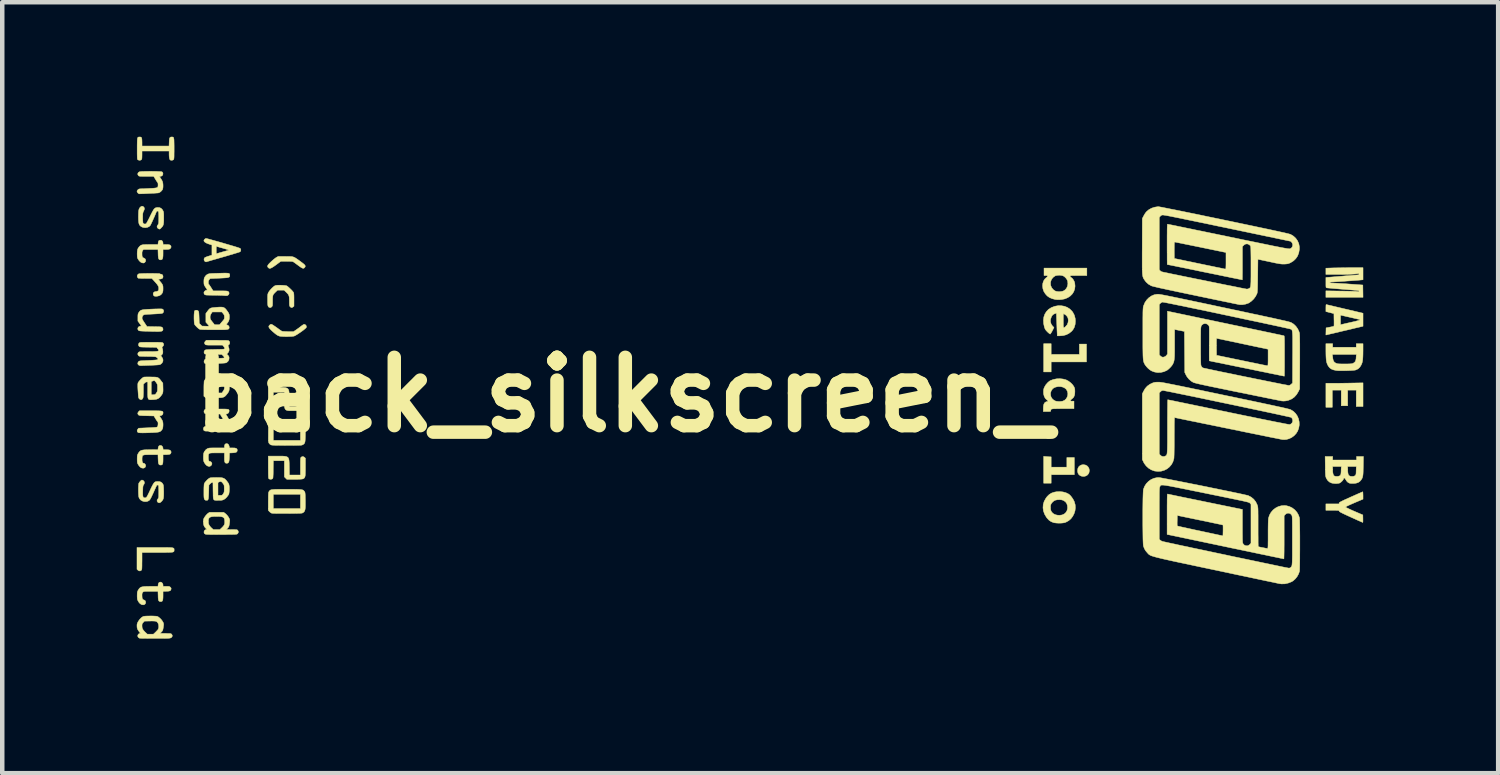
<source format=kicad_pcb>
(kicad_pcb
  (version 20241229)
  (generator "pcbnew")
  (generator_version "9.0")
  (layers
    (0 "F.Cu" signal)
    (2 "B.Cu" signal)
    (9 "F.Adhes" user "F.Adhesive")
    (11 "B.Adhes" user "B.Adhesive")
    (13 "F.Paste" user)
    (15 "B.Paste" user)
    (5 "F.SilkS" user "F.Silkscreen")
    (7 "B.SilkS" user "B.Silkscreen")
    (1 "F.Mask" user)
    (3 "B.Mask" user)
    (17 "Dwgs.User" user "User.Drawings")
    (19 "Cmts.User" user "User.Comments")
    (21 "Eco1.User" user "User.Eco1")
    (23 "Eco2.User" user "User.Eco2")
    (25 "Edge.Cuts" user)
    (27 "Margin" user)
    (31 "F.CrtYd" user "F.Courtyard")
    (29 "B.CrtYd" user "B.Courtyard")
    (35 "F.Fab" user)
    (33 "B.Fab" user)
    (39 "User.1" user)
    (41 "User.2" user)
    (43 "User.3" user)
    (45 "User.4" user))
  (footprint "back_silkscreen_"
    (layer "F.Cu")
    (at 10.859 5.753)
    (property "Reference" "back_silkscreen_" (at 0 0 0) (layer "F.SilkS") (effects (font (size 1.524 1.524) (thickness 0.3))))
    (attr through_hole)
    (fp_poly (pts (xy 9.533 -0.899) (xy 10.162 -0.899) (xy 10.162 -1.13) (xy 10.321 -1.13) (xy 10.321 -0.732) (xy 9.533 -0.732) (xy 9.533 -0.509) (xy 9.366 -0.509) (xy 9.366 -1.138) (xy 9.533 -1.138) (xy 9.533 -0.899)) (stroke (width 0.01) (type solid)) (fill yes) (layer "F.SilkS"))
    (fp_poly (pts (xy 9.427 1.379) (xy 9.46 1.382) (xy 9.489 1.384) (xy 9.509 1.385) (xy 9.51 1.385) (xy 9.533 1.385) (xy 9.533 1.615) (xy 9.883 1.615) (xy 9.883 1.401) (xy 10.05 1.401) (xy 10.05 1.782) (xy 9.533 1.782) (xy 9.533 1.973) (xy 9.366 1.973) (xy 9.366 1.374) (xy 9.427 1.379)) (stroke (width 0.01) (type solid)) (fill yes) (layer "F.SilkS"))
    (fp_poly (pts (xy 16.488 0.263) (xy 16.337 0.263) (xy 16.337 -0.103) (xy 16.146 -0.103) (xy 16.146 0.247) (xy 16.002 0.247) (xy 16.002 -0.103) (xy 15.803 -0.103) (xy 15.803 0.279) (xy 15.66 0.279) (xy 15.66 -0.255) (xy 15.793 -0.255) (xy 15.835 -0.255) (xy 15.889 -0.255) (xy 15.952 -0.256) (xy 16.022 -0.257) (xy 16.096 -0.258) (xy 16.169 -0.259) (xy 16.207 -0.26) (xy 16.488 -0.265) (xy 16.488 0.263)) (stroke (width 0.01) (type solid)) (fill yes) (layer "F.SilkS"))
    (fp_poly (pts (xy 10.297 1.567) (xy 10.334 1.586) (xy 10.361 1.615) (xy 10.379 1.651) (xy 10.385 1.691) (xy 10.378 1.734) (xy 10.367 1.76) (xy 10.341 1.791) (xy 10.305 1.812) (xy 10.264 1.822) (xy 10.221 1.819) (xy 10.183 1.806) (xy 10.151 1.781) (xy 10.131 1.749) (xy 10.122 1.706) (xy 10.122 1.693) (xy 10.128 1.646) (xy 10.147 1.608) (xy 10.178 1.58) (xy 10.218 1.563) (xy 10.254 1.56) (xy 10.297 1.567)) (stroke (width 0.01) (type solid)) (fill yes) (layer "F.SilkS"))
    (fp_poly (pts (xy 9.508 0.712) (xy 9.547 0.726) (xy 9.581 0.751) (xy 9.602 0.785) (xy 9.612 0.829) (xy 9.613 0.845) (xy 9.606 0.891) (xy 9.586 0.928) (xy 9.554 0.955) (xy 9.511 0.972) (xy 9.496 0.974) (xy 9.47 0.975) (xy 9.447 0.972) (xy 9.445 0.972) (xy 9.403 0.951) (xy 9.373 0.919) (xy 9.355 0.88) (xy 9.351 0.833) (xy 9.352 0.831) (xy 9.362 0.786) (xy 9.386 0.75) (xy 9.422 0.724) (xy 9.422 0.724) (xy 9.465 0.71) (xy 9.508 0.712)) (stroke (width 0.01) (type solid)) (fill yes) (layer "F.SilkS"))
    (fp_poly (pts (xy -10.285 3.406) (xy -10.219 3.406) (xy -10.166 3.407) (xy -10.123 3.408) (xy -10.09 3.41) (xy -10.066 3.413) (xy -10.048 3.417) (xy -10.037 3.423) (xy -10.03 3.429) (xy -10.027 3.437) (xy -10.026 3.447) (xy -10.026 3.459) (xy -10.026 3.461) (xy -10.026 3.474) (xy -10.027 3.485) (xy -10.03 3.494) (xy -10.036 3.501) (xy -10.047 3.506) (xy -10.063 3.511) (xy -10.088 3.513) (xy -10.121 3.515) (xy -10.164 3.516) (xy -10.219 3.517) (xy -10.287 3.517) (xy -10.368 3.517) (xy -10.397 3.517) (xy -10.742 3.517) (xy -10.742 3.708) (xy -10.743 3.768) (xy -10.743 3.815) (xy -10.744 3.849) (xy -10.745 3.874) (xy -10.747 3.891) (xy -10.75 3.902) (xy -10.753 3.909) (xy -10.758 3.915) (xy -10.782 3.929) (xy -10.808 3.928) (xy -10.833 3.913) (xy -10.834 3.911) (xy -10.854 3.892) (xy -10.854 3.406) (xy -10.458 3.406) (xy -10.364 3.406) (xy -10.285 3.406)) (stroke (width 0.01) (type solid)) (fill yes) (layer "F.SilkS"))
    (fp_poly (pts (xy -7.442 -3.083) (xy -7.407 -3.081) (xy -7.378 -3.076) (xy -7.352 -3.067) (xy -7.325 -3.053) (xy -7.295 -3.034) (xy -7.258 -3.008) (xy -7.213 -2.975) (xy -7.169 -2.942) (xy -7.137 -2.917) (xy -7.116 -2.897) (xy -7.104 -2.88) (xy -7.101 -2.866) (xy -7.105 -2.852) (xy -7.111 -2.843) (xy -7.124 -2.828) (xy -7.137 -2.82) (xy -7.154 -2.82) (xy -7.175 -2.828) (xy -7.202 -2.844) (xy -7.239 -2.87) (xy -7.262 -2.887) (xy -7.297 -2.913) (xy -7.328 -2.936) (xy -7.354 -2.954) (xy -7.37 -2.965) (xy -7.374 -2.967) (xy -7.39 -2.971) (xy -7.421 -2.974) (xy -7.465 -2.975) (xy -7.518 -2.976) (xy -7.646 -2.976) (xy -7.754 -2.896) (xy -7.8 -2.863) (xy -7.836 -2.84) (xy -7.864 -2.825) (xy -7.885 -2.818) (xy -7.902 -2.818) (xy -7.916 -2.825) (xy -7.926 -2.833) (xy -7.938 -2.849) (xy -7.943 -2.864) (xy -7.938 -2.883) (xy -7.924 -2.905) (xy -7.898 -2.933) (xy -7.865 -2.965) (xy -7.832 -2.995) (xy -7.799 -3.023) (xy -7.77 -3.046) (xy -7.748 -3.061) (xy -7.747 -3.061) (xy -7.707 -3.083) (xy -7.544 -3.083) (xy -7.487 -3.084) (xy -7.442 -3.083)) (stroke (width 0.01) (type solid)) (fill yes) (layer "F.SilkS"))
    (fp_poly (pts (xy -7.843 -1.566) (xy -7.824 -1.555) (xy -7.802 -1.541) (xy -7.771 -1.52) (xy -7.737 -1.496) (xy -7.714 -1.48) (xy -7.684 -1.457) (xy -7.656 -1.438) (xy -7.635 -1.424) (xy -7.625 -1.418) (xy -7.61 -1.414) (xy -7.579 -1.411) (xy -7.536 -1.409) (xy -7.485 -1.408) (xy -7.362 -1.408) (xy -7.307 -1.445) (xy -7.273 -1.469) (xy -7.236 -1.496) (xy -7.205 -1.52) (xy -7.18 -1.539) (xy -7.157 -1.555) (xy -7.142 -1.565) (xy -7.141 -1.566) (xy -7.119 -1.57) (xy -7.099 -1.561) (xy -7.083 -1.544) (xy -7.075 -1.52) (xy -7.077 -1.503) (xy -7.085 -1.491) (xy -7.105 -1.473) (xy -7.132 -1.45) (xy -7.166 -1.424) (xy -7.204 -1.397) (xy -7.242 -1.371) (xy -7.279 -1.347) (xy -7.312 -1.327) (xy -7.338 -1.313) (xy -7.35 -1.308) (xy -7.374 -1.304) (xy -7.409 -1.3) (xy -7.453 -1.298) (xy -7.501 -1.297) (xy -7.549 -1.297) (xy -7.596 -1.299) (xy -7.635 -1.301) (xy -7.666 -1.305) (xy -7.679 -1.308) (xy -7.703 -1.317) (xy -7.724 -1.328) (xy -7.747 -1.343) (xy -7.773 -1.363) (xy -7.806 -1.391) (xy -7.825 -1.407) (xy -7.866 -1.445) (xy -7.895 -1.476) (xy -7.911 -1.502) (xy -7.915 -1.523) (xy -7.907 -1.542) (xy -7.889 -1.559) (xy -7.882 -1.564) (xy -7.869 -1.571) (xy -7.858 -1.572) (xy -7.843 -1.566)) (stroke (width 0.01) (type solid)) (fill yes) (layer "F.SilkS"))
    (fp_poly (pts (xy 16.484 2.172) (xy 16.486 2.192) (xy 16.487 2.221) (xy 16.488 2.246) (xy 16.488 2.328) (xy 16.293 2.411) (xy 16.224 2.441) (xy 16.171 2.465) (xy 16.133 2.483) (xy 16.109 2.497) (xy 16.1 2.505) (xy 16.1 2.505) (xy 16.107 2.511) (xy 16.128 2.523) (xy 16.159 2.538) (xy 16.199 2.557) (xy 16.245 2.578) (xy 16.293 2.599) (xy 16.484 2.681) (xy 16.486 2.765) (xy 16.486 2.799) (xy 16.486 2.826) (xy 16.484 2.844) (xy 16.482 2.848) (xy 16.474 2.845) (xy 16.452 2.835) (xy 16.42 2.821) (xy 16.378 2.803) (xy 16.328 2.78) (xy 16.273 2.755) (xy 16.217 2.73) (xy 16.147 2.698) (xy 16.091 2.672) (xy 16.046 2.651) (xy 16.012 2.634) (xy 15.987 2.621) (xy 15.971 2.611) (xy 15.961 2.603) (xy 15.956 2.597) (xy 15.956 2.595) (xy 15.955 2.589) (xy 15.951 2.585) (xy 15.943 2.582) (xy 15.929 2.58) (xy 15.906 2.579) (xy 15.872 2.578) (xy 15.824 2.578) (xy 15.807 2.578) (xy 15.66 2.578) (xy 15.66 2.435) (xy 15.955 2.435) (xy 15.955 2.417) (xy 15.956 2.411) (xy 15.961 2.405) (xy 15.97 2.398) (xy 15.986 2.389) (xy 16.009 2.377) (xy 16.041 2.361) (xy 16.083 2.341) (xy 16.138 2.317) (xy 16.205 2.286) (xy 16.215 2.281) (xy 16.275 2.255) (xy 16.331 2.23) (xy 16.38 2.208) (xy 16.422 2.19) (xy 16.454 2.176) (xy 16.474 2.167) (xy 16.482 2.164) (xy 16.484 2.172)) (stroke (width 0.01) (type solid)) (fill yes) (layer "F.SilkS"))
    (fp_poly (pts (xy -10.485 -2.705) (xy -10.438 -2.704) (xy -10.399 -2.703) (xy -10.368 -2.702) (xy -10.35 -2.7) (xy -10.345 -2.698) (xy -10.338 -2.692) (xy -10.322 -2.69) (xy -10.296 -2.683) (xy -10.279 -2.664) (xy -10.273 -2.637) (xy -10.277 -2.61) (xy -10.291 -2.593) (xy -10.317 -2.583) (xy -10.336 -2.58) (xy -10.379 -2.574) (xy -10.334 -2.521) (xy -10.307 -2.488) (xy -10.29 -2.462) (xy -10.279 -2.437) (xy -10.274 -2.409) (xy -10.273 -2.372) (xy -10.273 -2.362) (xy -10.274 -2.325) (xy -10.278 -2.299) (xy -10.285 -2.277) (xy -10.291 -2.266) (xy -10.319 -2.231) (xy -10.358 -2.208) (xy -10.405 -2.197) (xy -10.423 -2.196) (xy -10.451 -2.197) (xy -10.468 -2.2) (xy -10.478 -2.208) (xy -10.484 -2.216) (xy -10.493 -2.243) (xy -10.492 -2.26) (xy -10.48 -2.284) (xy -10.457 -2.297) (xy -10.436 -2.3) (xy -10.41 -2.304) (xy -10.386 -2.316) (xy -10.375 -2.327) (xy -10.371 -2.34) (xy -10.369 -2.362) (xy -10.369 -2.371) (xy -10.37 -2.394) (xy -10.376 -2.415) (xy -10.389 -2.438) (xy -10.408 -2.466) (xy -10.437 -2.5) (xy -10.462 -2.528) (xy -10.522 -2.594) (xy -10.67 -2.594) (xy -10.717 -2.595) (xy -10.759 -2.595) (xy -10.793 -2.597) (xy -10.817 -2.598) (xy -10.827 -2.6) (xy -10.844 -2.62) (xy -10.85 -2.645) (xy -10.844 -2.669) (xy -10.827 -2.689) (xy -10.812 -2.697) (xy -10.798 -2.699) (xy -10.771 -2.701) (xy -10.734 -2.703) (xy -10.69 -2.704) (xy -10.64 -2.705) (xy -10.588 -2.706) (xy -10.535 -2.706) (xy -10.485 -2.705)) (stroke (width 0.01) (type solid)) (fill yes) (layer "F.SilkS"))
    (fp_poly (pts (xy -10.063 -5.748) (xy -10.052 -5.746) (xy -10.044 -5.741) (xy -10.037 -5.73) (xy -10.033 -5.713) (xy -10.029 -5.688) (xy -10.028 -5.653) (xy -10.027 -5.607) (xy -10.026 -5.548) (xy -10.026 -5.486) (xy -10.026 -5.419) (xy -10.027 -5.366) (xy -10.027 -5.325) (xy -10.028 -5.295) (xy -10.03 -5.274) (xy -10.032 -5.259) (xy -10.035 -5.25) (xy -10.038 -5.244) (xy -10.041 -5.241) (xy -10.061 -5.231) (xy -10.086 -5.228) (xy -10.109 -5.233) (xy -10.111 -5.234) (xy -10.124 -5.25) (xy -10.132 -5.279) (xy -10.137 -5.322) (xy -10.138 -5.36) (xy -10.138 -5.435) (xy -10.742 -5.435) (xy -10.742 -5.345) (xy -10.743 -5.304) (xy -10.744 -5.277) (xy -10.747 -5.259) (xy -10.751 -5.248) (xy -10.757 -5.241) (xy -10.779 -5.23) (xy -10.807 -5.229) (xy -10.832 -5.238) (xy -10.834 -5.239) (xy -10.839 -5.243) (xy -10.842 -5.249) (xy -10.845 -5.259) (xy -10.847 -5.273) (xy -10.848 -5.296) (xy -10.849 -5.327) (xy -10.85 -5.368) (xy -10.85 -5.423) (xy -10.85 -5.486) (xy -10.85 -5.557) (xy -10.849 -5.614) (xy -10.848 -5.659) (xy -10.846 -5.692) (xy -10.843 -5.716) (xy -10.838 -5.732) (xy -10.831 -5.742) (xy -10.821 -5.746) (xy -10.809 -5.748) (xy -10.793 -5.748) (xy -10.773 -5.747) (xy -10.759 -5.74) (xy -10.75 -5.725) (xy -10.745 -5.701) (xy -10.743 -5.665) (xy -10.742 -5.632) (xy -10.742 -5.546) (xy -10.139 -5.546) (xy -10.136 -5.634) (xy -10.134 -5.679) (xy -10.13 -5.711) (xy -10.122 -5.731) (xy -10.11 -5.743) (xy -10.093 -5.748) (xy -10.077 -5.748) (xy -10.063 -5.748)) (stroke (width 0.01) (type solid)) (fill yes) (layer "F.SilkS"))
    (fp_poly (pts (xy -7.6 1.369) (xy -7.554 1.373) (xy -7.52 1.38) (xy -7.495 1.392) (xy -7.478 1.411) (xy -7.468 1.438) (xy -7.462 1.474) (xy -7.459 1.522) (xy -7.458 1.582) (xy -7.457 1.617) (xy -7.455 1.79) (xy -7.209 1.79) (xy -7.209 1.599) (xy -7.209 1.539) (xy -7.209 1.493) (xy -7.208 1.458) (xy -7.207 1.434) (xy -7.205 1.417) (xy -7.202 1.406) (xy -7.198 1.398) (xy -7.193 1.393) (xy -7.17 1.379) (xy -7.144 1.38) (xy -7.119 1.395) (xy -7.118 1.396) (xy -7.098 1.416) (xy -7.098 1.612) (xy -7.098 1.675) (xy -7.099 1.724) (xy -7.1 1.762) (xy -7.101 1.79) (xy -7.104 1.81) (xy -7.107 1.824) (xy -7.111 1.835) (xy -7.119 1.851) (xy -7.129 1.863) (xy -7.142 1.872) (xy -7.16 1.878) (xy -7.186 1.882) (xy -7.222 1.884) (xy -7.268 1.886) (xy -7.329 1.886) (xy -7.341 1.886) (xy -7.513 1.886) (xy -7.54 1.859) (xy -7.567 1.832) (xy -7.567 1.472) (xy -7.813 1.472) (xy -7.816 1.668) (xy -7.816 1.729) (xy -7.817 1.776) (xy -7.819 1.811) (xy -7.82 1.836) (xy -7.822 1.853) (xy -7.825 1.864) (xy -7.829 1.87) (xy -7.834 1.875) (xy -7.856 1.884) (xy -7.882 1.885) (xy -7.906 1.879) (xy -7.913 1.873) (xy -7.917 1.868) (xy -7.919 1.859) (xy -7.922 1.844) (xy -7.923 1.823) (xy -7.924 1.792) (xy -7.925 1.751) (xy -7.925 1.698) (xy -7.926 1.63) (xy -7.926 1.615) (xy -7.926 1.369) (xy -7.73 1.369) (xy -7.658 1.369) (xy -7.6 1.369)) (stroke (width 0.01) (type solid)) (fill yes) (layer "F.SilkS"))
    (fp_poly (pts (xy 9.798 2.168) (xy 9.864 2.186) (xy 9.921 2.214) (xy 9.936 2.225) (xy 9.961 2.248) (xy 9.988 2.281) (xy 10.015 2.32) (xy 10.038 2.36) (xy 10.05 2.387) (xy 10.069 2.454) (xy 10.073 2.521) (xy 10.065 2.589) (xy 10.044 2.653) (xy 10.013 2.713) (xy 9.973 2.766) (xy 9.923 2.809) (xy 9.865 2.841) (xy 9.836 2.852) (xy 9.799 2.859) (xy 9.752 2.863) (xy 9.701 2.864) (xy 9.65 2.861) (xy 9.606 2.856) (xy 9.589 2.852) (xy 9.532 2.83) (xy 9.482 2.795) (xy 9.438 2.747) (xy 9.429 2.735) (xy 9.387 2.664) (xy 9.361 2.592) (xy 9.351 2.52) (xy 9.352 2.51) (xy 9.517 2.51) (xy 9.522 2.561) (xy 9.526 2.58) (xy 9.546 2.618) (xy 9.577 2.649) (xy 9.618 2.672) (xy 9.666 2.685) (xy 9.719 2.689) (xy 9.774 2.681) (xy 9.784 2.678) (xy 9.828 2.657) (xy 9.863 2.624) (xy 9.887 2.583) (xy 9.898 2.535) (xy 9.899 2.521) (xy 9.894 2.466) (xy 9.878 2.422) (xy 9.851 2.387) (xy 9.811 2.36) (xy 9.8 2.354) (xy 9.764 2.344) (xy 9.72 2.34) (xy 9.674 2.342) (xy 9.632 2.35) (xy 9.626 2.352) (xy 9.594 2.368) (xy 9.564 2.394) (xy 9.539 2.423) (xy 9.524 2.453) (xy 9.522 2.46) (xy 9.517 2.51) (xy 9.352 2.51) (xy 9.356 2.448) (xy 9.377 2.378) (xy 9.414 2.311) (xy 9.444 2.27) (xy 9.489 2.226) (xy 9.54 2.194) (xy 9.601 2.173) (xy 9.649 2.164) (xy 9.725 2.16) (xy 9.798 2.168)) (stroke (width 0.01) (type solid)) (fill yes) (layer "F.SilkS"))
    (fp_poly (pts (xy 15.811 -1.058) (xy 16.337 -1.058) (xy 16.337 -1.138) (xy 16.488 -1.138) (xy 16.488 -0.977) (xy 16.487 -0.904) (xy 16.485 -0.844) (xy 16.482 -0.796) (xy 16.477 -0.756) (xy 16.47 -0.722) (xy 16.46 -0.692) (xy 16.447 -0.663) (xy 16.447 -0.663) (xy 16.416 -0.613) (xy 16.377 -0.577) (xy 16.329 -0.554) (xy 16.325 -0.552) (xy 16.303 -0.548) (xy 16.269 -0.544) (xy 16.225 -0.541) (xy 16.174 -0.539) (xy 16.119 -0.537) (xy 16.063 -0.536) (xy 16.009 -0.536) (xy 15.961 -0.536) (xy 15.921 -0.538) (xy 15.892 -0.541) (xy 15.891 -0.541) (xy 15.83 -0.554) (xy 15.783 -0.573) (xy 15.746 -0.599) (xy 15.717 -0.634) (xy 15.701 -0.662) (xy 15.688 -0.691) (xy 15.678 -0.721) (xy 15.671 -0.755) (xy 15.666 -0.795) (xy 15.663 -0.843) (xy 15.661 -0.899) (xy 15.803 -0.899) (xy 15.807 -0.869) (xy 15.811 -0.841) (xy 15.815 -0.81) (xy 15.815 -0.805) (xy 15.826 -0.761) (xy 15.846 -0.729) (xy 15.878 -0.706) (xy 15.919 -0.691) (xy 15.934 -0.69) (xy 15.962 -0.688) (xy 16.001 -0.687) (xy 16.046 -0.687) (xy 16.094 -0.687) (xy 16.148 -0.687) (xy 16.188 -0.688) (xy 16.217 -0.69) (xy 16.238 -0.692) (xy 16.253 -0.696) (xy 16.265 -0.701) (xy 16.272 -0.704) (xy 16.298 -0.722) (xy 16.316 -0.743) (xy 16.326 -0.77) (xy 16.333 -0.806) (xy 16.334 -0.831) (xy 16.339 -0.899) (xy 15.803 -0.899) (xy 15.661 -0.899) (xy 15.661 -0.903) (xy 15.66 -0.975) (xy 15.66 -0.977) (xy 15.66 -1.138) (xy 15.811 -1.138) (xy 15.811 -1.058)) (stroke (width 0.01) (type solid)) (fill yes) (layer "F.SilkS"))
    (fp_poly (pts (xy -7.727 -0.166) (xy -7.655 -0.165) (xy -7.597 -0.163) (xy -7.552 -0.159) (xy -7.519 -0.151) (xy -7.494 -0.138) (xy -7.478 -0.119) (xy -7.467 -0.09) (xy -7.462 -0.052) (xy -7.459 -0.003) (xy -7.458 0.059) (xy -7.458 0.09) (xy -7.455 0.263) (xy -7.209 0.263) (xy -7.209 0.069) (xy -7.209 0.008) (xy -7.209 -0.039) (xy -7.208 -0.074) (xy -7.207 -0.099) (xy -7.205 -0.116) (xy -7.202 -0.127) (xy -7.198 -0.134) (xy -7.195 -0.138) (xy -7.174 -0.149) (xy -7.148 -0.15) (xy -7.125 -0.144) (xy -7.118 -0.139) (xy -7.112 -0.131) (xy -7.107 -0.122) (xy -7.104 -0.11) (xy -7.101 -0.092) (xy -7.099 -0.066) (xy -7.099 -0.031) (xy -7.099 0.015) (xy -7.099 0.074) (xy -7.1 0.105) (xy -7.102 0.302) (xy -7.128 0.328) (xy -7.154 0.354) (xy -7.324 0.357) (xy -7.393 0.357) (xy -7.447 0.357) (xy -7.489 0.354) (xy -7.519 0.346) (xy -7.541 0.332) (xy -7.555 0.309) (xy -7.563 0.278) (xy -7.566 0.235) (xy -7.567 0.18) (xy -7.567 0.116) (xy -7.567 -0.056) (xy -7.813 -0.056) (xy -7.816 0.134) (xy -7.817 0.195) (xy -7.818 0.241) (xy -7.819 0.276) (xy -7.82 0.301) (xy -7.823 0.318) (xy -7.826 0.329) (xy -7.83 0.337) (xy -7.833 0.341) (xy -7.856 0.355) (xy -7.883 0.356) (xy -7.908 0.346) (xy -7.913 0.342) (xy -7.917 0.337) (xy -7.92 0.33) (xy -7.922 0.318) (xy -7.924 0.3) (xy -7.925 0.274) (xy -7.925 0.239) (xy -7.925 0.192) (xy -7.926 0.133) (xy -7.926 0.083) (xy -7.926 -0.168) (xy -7.727 -0.166)) (stroke (width 0.01) (type solid)) (fill yes) (layer "F.SilkS"))
    (fp_poly (pts (xy -10.475 0.358) (xy -10.416 0.358) (xy -10.37 0.359) (xy -10.335 0.361) (xy -10.309 0.364) (xy -10.292 0.368) (xy -10.281 0.374) (xy -10.276 0.382) (xy -10.273 0.392) (xy -10.273 0.405) (xy -10.273 0.409) (xy -10.279 0.436) (xy -10.299 0.456) (xy -10.326 0.467) (xy -10.352 0.473) (xy -10.317 0.528) (xy -10.295 0.564) (xy -10.282 0.594) (xy -10.275 0.625) (xy -10.273 0.662) (xy -10.274 0.695) (xy -10.277 0.728) (xy -10.282 0.752) (xy -10.291 0.77) (xy -10.299 0.783) (xy -10.314 0.801) (xy -10.33 0.815) (xy -10.348 0.825) (xy -10.372 0.832) (xy -10.404 0.837) (xy -10.446 0.841) (xy -10.502 0.844) (xy -10.512 0.844) (xy -10.598 0.848) (xy -10.67 0.85) (xy -10.727 0.851) (xy -10.771 0.85) (xy -10.803 0.848) (xy -10.823 0.845) (xy -10.832 0.841) (xy -10.848 0.821) (xy -10.85 0.796) (xy -10.838 0.77) (xy -10.836 0.768) (xy -10.817 0.746) (xy -10.612 0.737) (xy -10.549 0.734) (xy -10.5 0.731) (xy -10.463 0.729) (xy -10.437 0.727) (xy -10.419 0.724) (xy -10.407 0.721) (xy -10.4 0.717) (xy -10.396 0.712) (xy -10.39 0.697) (xy -10.386 0.674) (xy -10.384 0.648) (xy -10.385 0.624) (xy -10.389 0.608) (xy -10.392 0.603) (xy -10.4 0.596) (xy -10.413 0.578) (xy -10.429 0.552) (xy -10.439 0.537) (xy -10.477 0.473) (xy -10.641 0.469) (xy -10.696 0.468) (xy -10.739 0.466) (xy -10.769 0.465) (xy -10.791 0.462) (xy -10.805 0.459) (xy -10.815 0.455) (xy -10.821 0.45) (xy -10.836 0.428) (xy -10.835 0.404) (xy -10.82 0.379) (xy -10.818 0.378) (xy -10.799 0.358) (xy -10.548 0.358) (xy -10.475 0.358)) (stroke (width 0.01) (type solid)) (fill yes) (layer "F.SilkS"))
    (fp_poly (pts (xy 15.68 -2.009) (xy 15.703 -2.003) (xy 15.739 -1.995) (xy 15.786 -1.984) (xy 15.843 -1.97) (xy 15.907 -1.955) (xy 15.979 -1.938) (xy 16.055 -1.92) (xy 16.084 -1.913) (xy 16.488 -1.818) (xy 16.488 -1.528) (xy 16.468 -1.523) (xy 16.456 -1.52) (xy 16.431 -1.514) (xy 16.393 -1.505) (xy 16.344 -1.494) (xy 16.286 -1.48) (xy 16.221 -1.464) (xy 16.149 -1.447) (xy 16.072 -1.429) (xy 16.054 -1.425) (xy 15.66 -1.332) (xy 15.662 -1.411) (xy 15.664 -1.491) (xy 15.736 -1.505) (xy 15.77 -1.512) (xy 15.8 -1.518) (xy 15.82 -1.523) (xy 15.825 -1.524) (xy 15.832 -1.526) (xy 15.837 -1.53) (xy 15.84 -1.537) (xy 15.842 -1.551) (xy 15.842 -1.561) (xy 15.986 -1.561) (xy 16.032 -1.572) (xy 16.054 -1.577) (xy 16.088 -1.585) (xy 16.131 -1.595) (xy 16.181 -1.606) (xy 16.233 -1.618) (xy 16.247 -1.621) (xy 16.309 -1.635) (xy 16.357 -1.648) (xy 16.392 -1.658) (xy 16.411 -1.665) (xy 16.416 -1.669) (xy 16.413 -1.678) (xy 16.412 -1.679) (xy 16.403 -1.681) (xy 16.382 -1.685) (xy 16.35 -1.692) (xy 16.31 -1.701) (xy 16.265 -1.712) (xy 16.216 -1.723) (xy 16.168 -1.734) (xy 16.121 -1.744) (xy 16.079 -1.754) (xy 16.044 -1.762) (xy 16.019 -1.768) (xy 16.008 -1.771) (xy 15.986 -1.776) (xy 15.986 -1.561) (xy 15.842 -1.561) (xy 15.842 -1.574) (xy 15.842 -1.607) (xy 15.842 -1.654) (xy 15.841 -1.669) (xy 15.839 -1.809) (xy 15.78 -1.824) (xy 15.746 -1.833) (xy 15.714 -1.841) (xy 15.691 -1.847) (xy 15.69 -1.847) (xy 15.66 -1.855) (xy 15.66 -1.935) (xy 15.661 -1.973) (xy 15.662 -1.997) (xy 15.665 -2.009) (xy 15.67 -2.012) (xy 15.68 -2.009)) (stroke (width 0.01) (type solid)) (fill yes) (layer "F.SilkS"))
    (fp_poly (pts (xy -10.309 -3.443) (xy -10.3 -3.439) (xy -10.285 -3.422) (xy -10.275 -3.395) (xy -10.273 -3.374) (xy -10.273 -3.35) (xy -10.205 -3.35) (xy -10.163 -3.349) (xy -10.134 -3.345) (xy -10.115 -3.337) (xy -10.102 -3.324) (xy -10.097 -3.317) (xy -10.093 -3.294) (xy -10.102 -3.271) (xy -10.12 -3.253) (xy -10.132 -3.247) (xy -10.152 -3.243) (xy -10.182 -3.24) (xy -10.214 -3.239) (xy -10.273 -3.239) (xy -10.273 -3.147) (xy -10.274 -3.096) (xy -10.278 -3.058) (xy -10.285 -3.033) (xy -10.296 -3.017) (xy -10.312 -3.01) (xy -10.329 -3.008) (xy -10.348 -3.01) (xy -10.362 -3.019) (xy -10.372 -3.036) (xy -10.378 -3.064) (xy -10.382 -3.104) (xy -10.383 -3.14) (xy -10.386 -3.239) (xy -10.709 -3.239) (xy -10.726 -3.218) (xy -10.735 -3.202) (xy -10.741 -3.181) (xy -10.742 -3.152) (xy -10.742 -3.142) (xy -10.741 -3.104) (xy -10.736 -3.078) (xy -10.726 -3.062) (xy -10.708 -3.051) (xy -10.699 -3.048) (xy -10.674 -3.032) (xy -10.661 -3.009) (xy -10.662 -2.981) (xy -10.667 -2.968) (xy -10.685 -2.946) (xy -10.708 -2.937) (xy -10.74 -2.942) (xy -10.755 -2.947) (xy -10.782 -2.965) (xy -10.809 -2.994) (xy -10.834 -3.031) (xy -10.836 -3.035) (xy -10.843 -3.052) (xy -10.847 -3.075) (xy -10.849 -3.108) (xy -10.85 -3.143) (xy -10.848 -3.194) (xy -10.842 -3.234) (xy -10.83 -3.265) (xy -10.811 -3.292) (xy -10.793 -3.312) (xy -10.779 -3.324) (xy -10.765 -3.333) (xy -10.747 -3.34) (xy -10.725 -3.345) (xy -10.696 -3.348) (xy -10.656 -3.349) (xy -10.605 -3.35) (xy -10.556 -3.35) (xy -10.386 -3.35) (xy -10.382 -3.386) (xy -10.378 -3.41) (xy -10.371 -3.429) (xy -10.368 -3.434) (xy -10.353 -3.442) (xy -10.331 -3.445) (xy -10.309 -3.443)) (stroke (width 0.01) (type solid)) (fill yes) (layer "F.SilkS"))
    (fp_poly (pts (xy -7.64 -2.442) (xy -7.598 -2.44) (xy -7.561 -2.437) (xy -7.531 -2.433) (xy -7.513 -2.428) (xy -7.512 -2.427) (xy -7.495 -2.415) (xy -7.471 -2.395) (xy -7.443 -2.369) (xy -7.415 -2.342) (xy -7.39 -2.316) (xy -7.372 -2.294) (xy -7.364 -2.282) (xy -7.359 -2.269) (xy -7.356 -2.248) (xy -7.354 -2.217) (xy -7.353 -2.174) (xy -7.353 -2.118) (xy -7.353 -1.975) (xy -7.374 -1.958) (xy -7.396 -1.944) (xy -7.414 -1.944) (xy -7.433 -1.957) (xy -7.437 -1.961) (xy -7.445 -1.97) (xy -7.45 -1.979) (xy -7.453 -1.993) (xy -7.455 -2.013) (xy -7.456 -2.043) (xy -7.456 -2.085) (xy -7.457 -2.135) (xy -7.459 -2.174) (xy -7.465 -2.203) (xy -7.475 -2.227) (xy -7.49 -2.249) (xy -7.513 -2.273) (xy -7.526 -2.286) (xy -7.574 -2.332) (xy -7.72 -2.332) (xy -7.764 -2.29) (xy -7.788 -2.266) (xy -7.806 -2.246) (xy -7.818 -2.226) (xy -7.825 -2.203) (xy -7.828 -2.174) (xy -7.83 -2.135) (xy -7.83 -2.093) (xy -7.83 -2.048) (xy -7.831 -2.017) (xy -7.832 -1.996) (xy -7.835 -1.982) (xy -7.84 -1.972) (xy -7.847 -1.963) (xy -7.85 -1.961) (xy -7.868 -1.946) (xy -7.885 -1.943) (xy -7.908 -1.95) (xy -7.92 -1.957) (xy -7.928 -1.969) (xy -7.935 -1.988) (xy -7.939 -2.015) (xy -7.941 -2.054) (xy -7.941 -2.107) (xy -7.941 -2.12) (xy -7.941 -2.167) (xy -7.941 -2.201) (xy -7.939 -2.226) (xy -7.936 -2.245) (xy -7.931 -2.261) (xy -7.924 -2.277) (xy -7.922 -2.281) (xy -7.906 -2.306) (xy -7.882 -2.336) (xy -7.854 -2.367) (xy -7.844 -2.377) (xy -7.815 -2.404) (xy -7.794 -2.421) (xy -7.777 -2.431) (xy -7.759 -2.437) (xy -7.748 -2.439) (xy -7.718 -2.442) (xy -7.681 -2.443) (xy -7.64 -2.442)) (stroke (width 0.01) (type solid)) (fill yes) (layer "F.SilkS"))
    (fp_poly (pts (xy -7.59 0.59) (xy -7.508 0.59) (xy -7.48 0.59) (xy -7.398 0.591) (xy -7.33 0.592) (xy -7.275 0.593) (xy -7.231 0.595) (xy -7.198 0.598) (xy -7.172 0.602) (xy -7.153 0.608) (xy -7.14 0.615) (xy -7.13 0.625) (xy -7.122 0.637) (xy -7.115 0.651) (xy -7.113 0.657) (xy -7.108 0.67) (xy -7.104 0.684) (xy -7.101 0.7) (xy -7.099 0.722) (xy -7.099 0.751) (xy -7.099 0.791) (xy -7.099 0.843) (xy -7.099 0.874) (xy -7.1 0.937) (xy -7.102 0.986) (xy -7.104 1.024) (xy -7.108 1.052) (xy -7.114 1.072) (xy -7.122 1.087) (xy -7.133 1.099) (xy -7.147 1.109) (xy -7.156 1.114) (xy -7.163 1.118) (xy -7.171 1.121) (xy -7.182 1.124) (xy -7.197 1.126) (xy -7.218 1.127) (xy -7.247 1.128) (xy -7.284 1.129) (xy -7.332 1.129) (xy -7.391 1.13) (xy -7.464 1.13) (xy -7.512 1.13) (xy -7.597 1.129) (xy -7.667 1.129) (xy -7.725 1.128) (xy -7.77 1.128) (xy -7.805 1.126) (xy -7.832 1.125) (xy -7.85 1.122) (xy -7.863 1.12) (xy -7.868 1.118) (xy -7.89 1.104) (xy -7.908 1.083) (xy -7.91 1.081) (xy -7.915 1.072) (xy -7.918 1.062) (xy -7.921 1.049) (xy -7.923 1.031) (xy -7.924 1.006) (xy -7.925 0.972) (xy -7.924 0.927) (xy -7.924 0.868) (xy -7.924 0.853) (xy -7.922 0.7) (xy -7.814 0.7) (xy -7.814 1.019) (xy -7.209 1.019) (xy -7.209 0.7) (xy -7.814 0.7) (xy -7.922 0.7) (xy -7.922 0.651) (xy -7.893 0.625) (xy -7.882 0.616) (xy -7.872 0.609) (xy -7.859 0.603) (xy -7.843 0.598) (xy -7.822 0.595) (xy -7.795 0.592) (xy -7.759 0.59) (xy -7.714 0.59) (xy -7.658 0.589) (xy -7.59 0.59)) (stroke (width 0.01) (type solid)) (fill yes) (layer "F.SilkS"))
    (fp_poly (pts (xy -7.43 2.109) (xy -7.359 2.109) (xy -7.302 2.11) (xy -7.255 2.111) (xy -7.219 2.113) (xy -7.191 2.116) (xy -7.17 2.12) (xy -7.154 2.125) (xy -7.142 2.132) (xy -7.133 2.141) (xy -7.124 2.152) (xy -7.118 2.159) (xy -7.113 2.167) (xy -7.109 2.177) (xy -7.106 2.19) (xy -7.104 2.21) (xy -7.102 2.237) (xy -7.101 2.275) (xy -7.1 2.325) (xy -7.099 2.361) (xy -7.099 2.429) (xy -7.099 2.483) (xy -7.101 2.525) (xy -7.105 2.557) (xy -7.112 2.582) (xy -7.12 2.6) (xy -7.132 2.615) (xy -7.147 2.627) (xy -7.148 2.628) (xy -7.155 2.632) (xy -7.162 2.636) (xy -7.17 2.639) (xy -7.183 2.641) (xy -7.2 2.643) (xy -7.224 2.644) (xy -7.256 2.645) (xy -7.297 2.646) (xy -7.35 2.647) (xy -7.415 2.647) (xy -7.494 2.648) (xy -7.504 2.648) (xy -7.589 2.648) (xy -7.66 2.648) (xy -7.717 2.648) (xy -7.763 2.647) (xy -7.798 2.646) (xy -7.824 2.645) (xy -7.843 2.643) (xy -7.854 2.64) (xy -7.858 2.639) (xy -7.88 2.625) (xy -7.901 2.606) (xy -7.904 2.603) (xy -7.926 2.577) (xy -7.926 2.381) (xy -7.925 2.319) (xy -7.925 2.271) (xy -7.924 2.235) (xy -7.923 2.22) (xy -7.814 2.22) (xy -7.814 2.538) (xy -7.209 2.538) (xy -7.209 2.22) (xy -7.814 2.22) (xy -7.923 2.22) (xy -7.923 2.208) (xy -7.921 2.189) (xy -7.918 2.176) (xy -7.914 2.166) (xy -7.911 2.16) (xy -7.903 2.148) (xy -7.895 2.138) (xy -7.885 2.13) (xy -7.872 2.123) (xy -7.854 2.118) (xy -7.83 2.115) (xy -7.798 2.112) (xy -7.757 2.11) (xy -7.706 2.109) (xy -7.642 2.109) (xy -7.564 2.109) (xy -7.515 2.109) (xy -7.43 2.109)) (stroke (width 0.01) (type solid)) (fill yes) (layer "F.SilkS"))
    (fp_poly (pts (xy -10.305 1.137) (xy -10.286 1.156) (xy -10.275 1.182) (xy -10.273 1.198) (xy -10.273 1.224) (xy -10.197 1.227) (xy -10.161 1.228) (xy -10.137 1.231) (xy -10.122 1.235) (xy -10.112 1.241) (xy -10.105 1.249) (xy -10.093 1.272) (xy -10.094 1.289) (xy -10.101 1.308) (xy -10.111 1.321) (xy -10.129 1.329) (xy -10.156 1.333) (xy -10.196 1.336) (xy -10.198 1.336) (xy -10.273 1.338) (xy -10.273 1.435) (xy -10.274 1.485) (xy -10.277 1.52) (xy -10.283 1.544) (xy -10.292 1.559) (xy -10.306 1.566) (xy -10.324 1.568) (xy -10.345 1.566) (xy -10.36 1.558) (xy -10.37 1.543) (xy -10.377 1.518) (xy -10.381 1.482) (xy -10.383 1.435) (xy -10.386 1.337) (xy -10.543 1.337) (xy -10.604 1.337) (xy -10.65 1.338) (xy -10.684 1.34) (xy -10.708 1.346) (xy -10.724 1.354) (xy -10.733 1.367) (xy -10.738 1.385) (xy -10.74 1.409) (xy -10.741 1.428) (xy -10.74 1.473) (xy -10.733 1.506) (xy -10.719 1.524) (xy -10.704 1.528) (xy -10.685 1.535) (xy -10.669 1.553) (xy -10.661 1.577) (xy -10.66 1.585) (xy -10.667 1.611) (xy -10.685 1.629) (xy -10.711 1.638) (xy -10.742 1.635) (xy -10.76 1.629) (xy -10.785 1.611) (xy -10.812 1.58) (xy -10.835 1.544) (xy -10.842 1.527) (xy -10.847 1.505) (xy -10.849 1.476) (xy -10.85 1.435) (xy -10.85 1.432) (xy -10.849 1.394) (xy -10.848 1.367) (xy -10.844 1.347) (xy -10.838 1.33) (xy -10.829 1.313) (xy -10.813 1.287) (xy -10.797 1.268) (xy -10.779 1.252) (xy -10.757 1.241) (xy -10.728 1.234) (xy -10.691 1.229) (xy -10.643 1.227) (xy -10.583 1.226) (xy -10.551 1.226) (xy -10.386 1.225) (xy -10.382 1.188) (xy -10.374 1.156) (xy -10.359 1.137) (xy -10.334 1.13) (xy -10.328 1.13) (xy -10.305 1.137)) (stroke (width 0.01) (type solid)) (fill yes) (layer "F.SilkS"))
    (fp_poly (pts (xy 10.329 -2.658) (xy 10.142 -2.658) (xy 10.082 -2.658) (xy 10.037 -2.657) (xy 10.004 -2.657) (xy 9.981 -2.656) (xy 9.967 -2.654) (xy 9.959 -2.651) (xy 9.955 -2.647) (xy 9.955 -2.643) (xy 9.961 -2.629) (xy 9.976 -2.617) (xy 10.003 -2.596) (xy 10.029 -2.563) (xy 10.049 -2.524) (xy 10.059 -2.492) (xy 10.066 -2.423) (xy 10.058 -2.359) (xy 10.037 -2.299) (xy 10.003 -2.246) (xy 9.958 -2.201) (xy 9.903 -2.165) (xy 9.838 -2.138) (xy 9.764 -2.123) (xy 9.734 -2.121) (xy 9.697 -2.12) (xy 9.66 -2.121) (xy 9.631 -2.124) (xy 9.627 -2.124) (xy 9.554 -2.143) (xy 9.494 -2.169) (xy 9.444 -2.205) (xy 9.402 -2.252) (xy 9.402 -2.252) (xy 9.368 -2.307) (xy 9.349 -2.364) (xy 9.342 -2.427) (xy 9.342 -2.434) (xy 9.347 -2.482) (xy 9.517 -2.482) (xy 9.525 -2.431) (xy 9.546 -2.384) (xy 9.58 -2.344) (xy 9.62 -2.315) (xy 9.65 -2.305) (xy 9.69 -2.3) (xy 9.733 -2.3) (xy 9.774 -2.305) (xy 9.808 -2.315) (xy 9.808 -2.315) (xy 9.847 -2.341) (xy 9.877 -2.377) (xy 9.897 -2.422) (xy 9.906 -2.472) (xy 9.902 -2.524) (xy 9.898 -2.541) (xy 9.883 -2.573) (xy 9.858 -2.606) (xy 9.827 -2.635) (xy 9.8 -2.651) (xy 9.763 -2.661) (xy 9.719 -2.666) (xy 9.674 -2.663) (xy 9.635 -2.655) (xy 9.624 -2.651) (xy 9.584 -2.624) (xy 9.551 -2.587) (xy 9.528 -2.542) (xy 9.518 -2.494) (xy 9.517 -2.482) (xy 9.347 -2.482) (xy 9.348 -2.487) (xy 9.364 -2.536) (xy 9.39 -2.578) (xy 9.421 -2.608) (xy 9.44 -2.623) (xy 9.451 -2.638) (xy 9.453 -2.644) (xy 9.45 -2.652) (xy 9.44 -2.657) (xy 9.417 -2.658) (xy 9.414 -2.658) (xy 9.374 -2.658) (xy 9.374 -2.825) (xy 10.329 -2.825) (xy 10.329 -2.658)) (stroke (width 0.01) (type solid)) (fill yes) (layer "F.SilkS"))
    (fp_poly (pts (xy -8.828 1.097) (xy -8.809 1.118) (xy -8.797 1.151) (xy -8.797 1.153) (xy -8.792 1.186) (xy -8.721 1.186) (xy -8.677 1.187) (xy -8.647 1.194) (xy -8.628 1.205) (xy -8.619 1.223) (xy -8.618 1.24) (xy -8.622 1.262) (xy -8.634 1.278) (xy -8.658 1.288) (xy -8.693 1.294) (xy -8.721 1.296) (xy -8.791 1.299) (xy -8.794 1.392) (xy -8.797 1.442) (xy -8.801 1.479) (xy -8.809 1.504) (xy -8.821 1.519) (xy -8.837 1.527) (xy -8.852 1.528) (xy -8.872 1.526) (xy -8.886 1.519) (xy -8.895 1.504) (xy -8.901 1.48) (xy -8.904 1.444) (xy -8.904 1.395) (xy -8.904 1.297) (xy -9.067 1.297) (xy -9.128 1.297) (xy -9.175 1.298) (xy -9.209 1.3) (xy -9.233 1.305) (xy -9.248 1.314) (xy -9.257 1.327) (xy -9.261 1.345) (xy -9.262 1.37) (xy -9.262 1.396) (xy -9.261 1.437) (xy -9.255 1.465) (xy -9.245 1.481) (xy -9.23 1.488) (xy -9.223 1.488) (xy -9.206 1.495) (xy -9.191 1.512) (xy -9.183 1.535) (xy -9.183 1.542) (xy -9.189 1.563) (xy -9.206 1.583) (xy -9.227 1.596) (xy -9.24 1.599) (xy -9.26 1.596) (xy -9.283 1.588) (xy -9.284 1.588) (xy -9.308 1.571) (xy -9.332 1.544) (xy -9.353 1.512) (xy -9.367 1.48) (xy -9.37 1.459) (xy -9.373 1.428) (xy -9.373 1.391) (xy -9.373 1.375) (xy -9.371 1.338) (xy -9.368 1.312) (xy -9.362 1.292) (xy -9.353 1.273) (xy -9.346 1.261) (xy -9.315 1.223) (xy -9.287 1.204) (xy -9.275 1.198) (xy -9.263 1.194) (xy -9.248 1.19) (xy -9.229 1.188) (xy -9.203 1.187) (xy -9.168 1.186) (xy -9.121 1.186) (xy -9.078 1.186) (xy -8.904 1.186) (xy -8.904 1.151) (xy -8.899 1.119) (xy -8.884 1.098) (xy -8.858 1.09) (xy -8.854 1.09) (xy -8.828 1.097)) (stroke (width 0.01) (type solid)) (fill yes) (layer "F.SilkS"))
    (fp_poly (pts (xy 9.76 -1.985) (xy 9.829 -1.973) (xy 9.893 -1.948) (xy 9.95 -1.911) (xy 9.998 -1.863) (xy 10.015 -1.841) (xy 10.05 -1.775) (xy 10.069 -1.703) (xy 10.074 -1.644) (xy 10.068 -1.569) (xy 10.049 -1.503) (xy 10.017 -1.447) (xy 9.985 -1.411) (xy 9.928 -1.367) (xy 9.867 -1.337) (xy 9.8 -1.319) (xy 9.724 -1.313) (xy 9.723 -1.313) (xy 9.67 -1.313) (xy 9.665 -1.414) (xy 9.663 -1.457) (xy 9.661 -1.511) (xy 9.659 -1.57) (xy 9.657 -1.629) (xy 9.656 -1.651) (xy 9.804 -1.651) (xy 9.804 -1.594) (xy 9.804 -1.552) (xy 9.806 -1.522) (xy 9.81 -1.504) (xy 9.816 -1.497) (xy 9.825 -1.498) (xy 9.838 -1.506) (xy 9.855 -1.52) (xy 9.856 -1.522) (xy 9.89 -1.561) (xy 9.909 -1.608) (xy 9.915 -1.653) (xy 9.911 -1.697) (xy 9.899 -1.731) (xy 9.877 -1.761) (xy 9.858 -1.778) (xy 9.836 -1.793) (xy 9.817 -1.804) (xy 9.808 -1.806) (xy 9.807 -1.799) (xy 9.805 -1.778) (xy 9.804 -1.746) (xy 9.804 -1.705) (xy 9.804 -1.658) (xy 9.804 -1.651) (xy 9.656 -1.651) (xy 9.655 -1.668) (xy 9.65 -1.821) (xy 9.618 -1.809) (xy 9.587 -1.795) (xy 9.564 -1.777) (xy 9.545 -1.749) (xy 9.536 -1.731) (xy 9.519 -1.679) (xy 9.518 -1.629) (xy 9.531 -1.581) (xy 9.558 -1.539) (xy 9.564 -1.532) (xy 9.596 -1.5) (xy 9.559 -1.426) (xy 9.542 -1.396) (xy 9.527 -1.372) (xy 9.516 -1.356) (xy 9.511 -1.353) (xy 9.501 -1.358) (xy 9.483 -1.372) (xy 9.46 -1.392) (xy 9.45 -1.402) (xy 9.423 -1.43) (xy 9.406 -1.452) (xy 9.394 -1.475) (xy 9.384 -1.503) (xy 9.382 -1.507) (xy 9.365 -1.587) (xy 9.361 -1.663) (xy 9.37 -1.734) (xy 9.393 -1.799) (xy 9.428 -1.855) (xy 9.475 -1.904) (xy 9.535 -1.942) (xy 9.543 -1.946) (xy 9.615 -1.973) (xy 9.688 -1.986) (xy 9.76 -1.985)) (stroke (width 0.01) (type solid)) (fill yes) (layer "F.SilkS"))
    (fp_poly (pts (xy -10.305 4.185) (xy -10.286 4.204) (xy -10.275 4.23) (xy -10.273 4.246) (xy -10.273 4.273) (xy -10.201 4.273) (xy -10.166 4.273) (xy -10.143 4.275) (xy -10.128 4.279) (xy -10.117 4.286) (xy -10.109 4.293) (xy -10.095 4.311) (xy -10.092 4.329) (xy -10.094 4.335) (xy -10.1 4.355) (xy -10.111 4.368) (xy -10.128 4.376) (xy -10.155 4.381) (xy -10.195 4.383) (xy -10.198 4.383) (xy -10.273 4.386) (xy -10.273 4.479) (xy -10.274 4.528) (xy -10.277 4.564) (xy -10.283 4.588) (xy -10.292 4.603) (xy -10.306 4.611) (xy -10.321 4.614) (xy -10.346 4.612) (xy -10.365 4.599) (xy -10.365 4.599) (xy -10.372 4.589) (xy -10.376 4.576) (xy -10.379 4.557) (xy -10.382 4.528) (xy -10.383 4.485) (xy -10.383 4.483) (xy -10.386 4.385) (xy -10.545 4.385) (xy -10.599 4.385) (xy -10.639 4.385) (xy -10.668 4.386) (xy -10.688 4.387) (xy -10.702 4.39) (xy -10.711 4.394) (xy -10.718 4.399) (xy -10.723 4.404) (xy -10.733 4.416) (xy -10.739 4.43) (xy -10.742 4.451) (xy -10.742 4.482) (xy -10.74 4.523) (xy -10.733 4.551) (xy -10.72 4.568) (xy -10.699 4.577) (xy -10.696 4.578) (xy -10.676 4.588) (xy -10.664 4.607) (xy -10.66 4.638) (xy -10.669 4.662) (xy -10.687 4.679) (xy -10.713 4.686) (xy -10.745 4.682) (xy -10.761 4.675) (xy -10.788 4.656) (xy -10.814 4.626) (xy -10.832 4.595) (xy -10.84 4.578) (xy -10.846 4.56) (xy -10.848 4.536) (xy -10.85 4.502) (xy -10.85 4.48) (xy -10.849 4.441) (xy -10.848 4.414) (xy -10.844 4.395) (xy -10.838 4.378) (xy -10.829 4.361) (xy -10.813 4.335) (xy -10.797 4.315) (xy -10.779 4.3) (xy -10.757 4.289) (xy -10.728 4.282) (xy -10.691 4.277) (xy -10.643 4.275) (xy -10.583 4.274) (xy -10.551 4.273) (xy -10.386 4.273) (xy -10.382 4.236) (xy -10.374 4.204) (xy -10.359 4.185) (xy -10.334 4.178) (xy -10.328 4.178) (xy -10.305 4.185)) (stroke (width 0.01) (type solid)) (fill yes) (layer "F.SilkS"))
    (fp_poly (pts (xy -9.301 -3.483) (xy -9.275 -3.477) (xy -9.238 -3.467) (xy -9.191 -3.454) (xy -9.137 -3.439) (xy -9.077 -3.422) (xy -9.012 -3.404) (xy -8.946 -3.385) (xy -8.879 -3.365) (xy -8.814 -3.346) (xy -8.752 -3.328) (xy -8.695 -3.311) (xy -8.646 -3.296) (xy -8.605 -3.283) (xy -8.576 -3.273) (xy -8.559 -3.267) (xy -8.556 -3.266) (xy -8.542 -3.25) (xy -8.538 -3.227) (xy -8.543 -3.203) (xy -8.556 -3.188) (xy -8.567 -3.183) (xy -8.592 -3.175) (xy -8.629 -3.163) (xy -8.677 -3.149) (xy -8.733 -3.131) (xy -8.797 -3.113) (xy -8.866 -3.092) (xy -8.936 -3.072) (xy -9.01 -3.051) (xy -9.078 -3.031) (xy -9.141 -3.013) (xy -9.197 -2.997) (xy -9.243 -2.983) (xy -9.279 -2.973) (xy -9.302 -2.966) (xy -9.312 -2.963) (xy -9.327 -2.966) (xy -9.342 -2.976) (xy -9.357 -3) (xy -9.359 -3.027) (xy -9.348 -3.052) (xy -9.343 -3.056) (xy -9.33 -3.064) (xy -9.306 -3.074) (xy -9.274 -3.086) (xy -9.256 -3.091) (xy -9.183 -3.114) (xy -9.183 -3.228) (xy -9.087 -3.228) (xy -9.087 -3.189) (xy -9.085 -3.163) (xy -9.082 -3.15) (xy -9.078 -3.147) (xy -9.077 -3.147) (xy -9.067 -3.15) (xy -9.043 -3.157) (xy -9.011 -3.166) (xy -8.972 -3.177) (xy -8.952 -3.183) (xy -8.91 -3.195) (xy -8.873 -3.205) (xy -8.844 -3.214) (xy -8.825 -3.219) (xy -8.821 -3.22) (xy -8.814 -3.223) (xy -8.813 -3.226) (xy -8.82 -3.231) (xy -8.835 -3.237) (xy -8.862 -3.246) (xy -8.901 -3.257) (xy -8.948 -3.271) (xy -8.99 -3.282) (xy -9.027 -3.293) (xy -9.055 -3.301) (xy -9.073 -3.307) (xy -9.077 -3.308) (xy -9.082 -3.306) (xy -9.085 -3.294) (xy -9.087 -3.27) (xy -9.087 -3.233) (xy -9.087 -3.228) (xy -9.183 -3.228) (xy -9.183 -3.339) (xy -9.252 -3.361) (xy -9.299 -3.379) (xy -9.333 -3.398) (xy -9.355 -3.417) (xy -9.362 -3.436) (xy -9.361 -3.443) (xy -9.346 -3.468) (xy -9.325 -3.483) (xy -9.313 -3.485) (xy -9.301 -3.483)) (stroke (width 0.01) (type solid)) (fill yes) (layer "F.SilkS"))
    (fp_poly (pts (xy -8.999 0.318) (xy -8.94 0.319) (xy -8.895 0.319) (xy -8.86 0.321) (xy -8.835 0.323) (xy -8.818 0.327) (xy -8.808 0.333) (xy -8.802 0.34) (xy -8.8 0.349) (xy -8.799 0.361) (xy -8.799 0.366) (xy -8.806 0.394) (xy -8.825 0.416) (xy -8.849 0.426) (xy -8.866 0.43) (xy -8.872 0.434) (xy -8.868 0.442) (xy -8.858 0.459) (xy -8.843 0.483) (xy -8.841 0.486) (xy -8.815 0.532) (xy -8.8 0.573) (xy -8.794 0.616) (xy -8.796 0.65) (xy -8.806 0.704) (xy -8.827 0.745) (xy -8.857 0.774) (xy -8.882 0.787) (xy -8.896 0.79) (xy -8.924 0.793) (xy -8.961 0.796) (xy -9.007 0.799) (xy -9.058 0.803) (xy -9.112 0.806) (xy -9.165 0.808) (xy -9.216 0.81) (xy -9.261 0.811) (xy -9.291 0.812) (xy -9.323 0.811) (xy -9.344 0.807) (xy -9.357 0.801) (xy -9.361 0.797) (xy -9.372 0.774) (xy -9.372 0.747) (xy -9.361 0.724) (xy -9.357 0.72) (xy -9.351 0.715) (xy -9.341 0.711) (xy -9.327 0.708) (xy -9.305 0.705) (xy -9.276 0.703) (xy -9.235 0.7) (xy -9.182 0.698) (xy -9.138 0.696) (xy -9.072 0.693) (xy -9.021 0.69) (xy -8.982 0.687) (xy -8.953 0.683) (xy -8.933 0.678) (xy -8.92 0.67) (xy -8.913 0.66) (xy -8.909 0.646) (xy -8.907 0.629) (xy -8.906 0.621) (xy -8.905 0.594) (xy -8.909 0.576) (xy -8.918 0.563) (xy -8.93 0.547) (xy -8.946 0.523) (xy -8.964 0.494) (xy -8.967 0.488) (xy -9.001 0.431) (xy -9.167 0.428) (xy -9.224 0.427) (xy -9.267 0.426) (xy -9.298 0.424) (xy -9.32 0.422) (xy -9.334 0.419) (xy -9.343 0.416) (xy -9.347 0.412) (xy -9.359 0.39) (xy -9.36 0.364) (xy -9.35 0.341) (xy -9.342 0.333) (xy -9.336 0.329) (xy -9.328 0.326) (xy -9.317 0.323) (xy -9.299 0.321) (xy -9.275 0.32) (xy -9.241 0.319) (xy -9.197 0.319) (xy -9.14 0.318) (xy -9.072 0.318) (xy -8.999 0.318)) (stroke (width 0.01) (type solid)) (fill yes) (layer "F.SilkS"))
    (fp_poly (pts (xy -10.499 -4.981) (xy -10.445 -4.981) (xy -10.396 -4.979) (xy -10.354 -4.977) (xy -10.321 -4.975) (xy -10.301 -4.972) (xy -10.297 -4.971) (xy -10.282 -4.958) (xy -10.275 -4.937) (xy -10.275 -4.932) (xy -10.279 -4.903) (xy -10.296 -4.882) (xy -10.326 -4.87) (xy -10.329 -4.87) (xy -10.353 -4.866) (xy -10.325 -4.825) (xy -10.308 -4.798) (xy -10.293 -4.77) (xy -10.286 -4.755) (xy -10.278 -4.727) (xy -10.274 -4.691) (xy -10.273 -4.652) (xy -10.275 -4.615) (xy -10.281 -4.586) (xy -10.285 -4.576) (xy -10.304 -4.55) (xy -10.33 -4.525) (xy -10.358 -4.507) (xy -10.378 -4.501) (xy -10.392 -4.499) (xy -10.418 -4.498) (xy -10.455 -4.495) (xy -10.499 -4.493) (xy -10.549 -4.491) (xy -10.601 -4.488) (xy -10.652 -4.486) (xy -10.7 -4.483) (xy -10.742 -4.482) (xy -10.776 -4.481) (xy -10.798 -4.48) (xy -10.801 -4.48) (xy -10.816 -4.485) (xy -10.833 -4.498) (xy -10.834 -4.5) (xy -10.848 -4.518) (xy -10.854 -4.535) (xy -10.854 -4.536) (xy -10.847 -4.556) (xy -10.83 -4.575) (xy -10.809 -4.588) (xy -10.794 -4.591) (xy -10.78 -4.592) (xy -10.753 -4.593) (xy -10.715 -4.594) (xy -10.67 -4.596) (xy -10.618 -4.599) (xy -10.597 -4.6) (xy -10.533 -4.603) (xy -10.484 -4.606) (xy -10.447 -4.61) (xy -10.42 -4.615) (xy -10.403 -4.621) (xy -10.392 -4.631) (xy -10.387 -4.643) (xy -10.385 -4.659) (xy -10.384 -4.678) (xy -10.385 -4.704) (xy -10.388 -4.722) (xy -10.391 -4.728) (xy -10.397 -4.736) (xy -10.41 -4.754) (xy -10.427 -4.78) (xy -10.439 -4.8) (xy -10.481 -4.87) (xy -10.644 -4.87) (xy -10.699 -4.87) (xy -10.74 -4.87) (xy -10.77 -4.871) (xy -10.791 -4.873) (xy -10.805 -4.876) (xy -10.814 -4.879) (xy -10.82 -4.884) (xy -10.822 -4.886) (xy -10.836 -4.909) (xy -10.836 -4.934) (xy -10.824 -4.956) (xy -10.799 -4.972) (xy -10.797 -4.973) (xy -10.781 -4.975) (xy -10.752 -4.978) (xy -10.712 -4.979) (xy -10.664 -4.981) (xy -10.611 -4.981) (xy -10.555 -4.982) (xy -10.499 -4.981)) (stroke (width 0.01) (type solid)) (fill yes) (layer "F.SilkS"))
    (fp_poly (pts (xy -10.309 -1.914) (xy -10.291 -1.912) (xy -10.287 -1.911) (xy -10.268 -1.896) (xy -10.26 -1.875) (xy -10.261 -1.851) (xy -10.272 -1.829) (xy -10.291 -1.815) (xy -10.304 -1.813) (xy -10.33 -1.81) (xy -10.367 -1.807) (xy -10.413 -1.804) (xy -10.466 -1.801) (xy -10.504 -1.799) (xy -10.565 -1.796) (xy -10.612 -1.794) (xy -10.647 -1.791) (xy -10.672 -1.789) (xy -10.689 -1.786) (xy -10.701 -1.782) (xy -10.709 -1.778) (xy -10.716 -1.773) (xy -10.717 -1.771) (xy -10.732 -1.749) (xy -10.74 -1.722) (xy -10.74 -1.722) (xy -10.741 -1.708) (xy -10.738 -1.694) (xy -10.732 -1.678) (xy -10.72 -1.656) (xy -10.7 -1.625) (xy -10.688 -1.606) (xy -10.631 -1.521) (xy -10.469 -1.518) (xy -10.413 -1.517) (xy -10.372 -1.516) (xy -10.341 -1.515) (xy -10.32 -1.513) (xy -10.306 -1.51) (xy -10.297 -1.506) (xy -10.29 -1.501) (xy -10.277 -1.481) (xy -10.273 -1.456) (xy -10.279 -1.436) (xy -10.285 -1.428) (xy -10.294 -1.422) (xy -10.306 -1.417) (xy -10.323 -1.414) (xy -10.347 -1.411) (xy -10.379 -1.41) (xy -10.42 -1.41) (xy -10.472 -1.411) (xy -10.537 -1.412) (xy -10.615 -1.415) (xy -10.66 -1.416) (xy -10.713 -1.418) (xy -10.752 -1.42) (xy -10.779 -1.422) (xy -10.798 -1.425) (xy -10.811 -1.429) (xy -10.819 -1.434) (xy -10.821 -1.436) (xy -10.835 -1.457) (xy -10.836 -1.481) (xy -10.827 -1.504) (xy -10.808 -1.521) (xy -10.783 -1.528) (xy -10.781 -1.528) (xy -10.765 -1.529) (xy -10.758 -1.533) (xy -10.763 -1.541) (xy -10.774 -1.559) (xy -10.791 -1.583) (xy -10.796 -1.59) (xy -10.834 -1.643) (xy -10.834 -1.724) (xy -10.834 -1.761) (xy -10.832 -1.787) (xy -10.829 -1.805) (xy -10.823 -1.82) (xy -10.812 -1.836) (xy -10.81 -1.839) (xy -10.798 -1.856) (xy -10.786 -1.869) (xy -10.771 -1.88) (xy -10.753 -1.888) (xy -10.73 -1.894) (xy -10.698 -1.899) (xy -10.657 -1.902) (xy -10.604 -1.906) (xy -10.537 -1.909) (xy -10.52 -1.91) (xy -10.445 -1.913) (xy -10.386 -1.914) (xy -10.341 -1.915) (xy -10.309 -1.914)) (stroke (width 0.01) (type solid)) (fill yes) (layer "F.SilkS"))
    (fp_poly (pts (xy -8.853 -2.712) (xy -8.825 -2.71) (xy -8.806 -2.706) (xy -8.794 -2.7) (xy -8.788 -2.69) (xy -8.785 -2.678) (xy -8.785 -2.662) (xy -8.785 -2.661) (xy -8.786 -2.646) (xy -8.789 -2.635) (xy -8.797 -2.625) (xy -8.812 -2.618) (xy -8.833 -2.612) (xy -8.865 -2.608) (xy -8.907 -2.605) (xy -8.962 -2.602) (xy -9.025 -2.599) (xy -9.224 -2.59) (xy -9.243 -2.568) (xy -9.256 -2.547) (xy -9.262 -2.522) (xy -9.262 -2.506) (xy -9.261 -2.484) (xy -9.259 -2.469) (xy -9.256 -2.467) (xy -9.25 -2.46) (xy -9.237 -2.443) (xy -9.22 -2.418) (xy -9.203 -2.391) (xy -9.155 -2.316) (xy -8.995 -2.316) (xy -8.939 -2.316) (xy -8.898 -2.315) (xy -8.868 -2.314) (xy -8.847 -2.312) (xy -8.832 -2.309) (xy -8.823 -2.305) (xy -8.817 -2.301) (xy -8.802 -2.281) (xy -8.8 -2.257) (xy -8.809 -2.234) (xy -8.828 -2.217) (xy -8.845 -2.21) (xy -8.86 -2.209) (xy -8.886 -2.21) (xy -8.918 -2.212) (xy -8.928 -2.213) (xy -8.957 -2.215) (xy -8.999 -2.216) (xy -9.049 -2.218) (xy -9.103 -2.219) (xy -9.159 -2.219) (xy -9.164 -2.219) (xy -9.222 -2.22) (xy -9.267 -2.221) (xy -9.299 -2.222) (xy -9.322 -2.225) (xy -9.338 -2.23) (xy -9.348 -2.237) (xy -9.354 -2.247) (xy -9.36 -2.26) (xy -9.36 -2.262) (xy -9.361 -2.284) (xy -9.349 -2.305) (xy -9.329 -2.323) (xy -9.304 -2.331) (xy -9.298 -2.332) (xy -9.29 -2.332) (xy -9.288 -2.336) (xy -9.291 -2.344) (xy -9.301 -2.361) (xy -9.318 -2.387) (xy -9.324 -2.396) (xy -9.342 -2.424) (xy -9.353 -2.445) (xy -9.359 -2.464) (xy -9.361 -2.486) (xy -9.362 -2.519) (xy -9.362 -2.522) (xy -9.361 -2.558) (xy -9.358 -2.584) (xy -9.352 -2.605) (xy -9.342 -2.625) (xy -9.342 -2.626) (xy -9.312 -2.665) (xy -9.274 -2.69) (xy -9.237 -2.7) (xy -9.219 -2.702) (xy -9.189 -2.704) (xy -9.147 -2.706) (xy -9.098 -2.707) (xy -9.044 -2.709) (xy -9.007 -2.71) (xy -8.942 -2.712) (xy -8.891 -2.713) (xy -8.853 -2.712)) (stroke (width 0.01) (type solid)) (fill yes) (layer "F.SilkS"))
    (fp_poly (pts (xy 15.811 1.456) (xy 16.344 1.456) (xy 16.344 1.377) (xy 16.497 1.377) (xy 16.494 1.589) (xy 16.492 1.659) (xy 16.491 1.715) (xy 16.489 1.759) (xy 16.486 1.794) (xy 16.481 1.821) (xy 16.475 1.843) (xy 16.468 1.863) (xy 16.457 1.881) (xy 16.446 1.899) (xy 16.416 1.933) (xy 16.38 1.957) (xy 16.334 1.972) (xy 16.276 1.979) (xy 16.273 1.979) (xy 16.222 1.979) (xy 16.182 1.971) (xy 16.15 1.953) (xy 16.123 1.925) (xy 16.107 1.9) (xy 16.088 1.871) (xy 16.073 1.857) (xy 16.063 1.857) (xy 16.055 1.872) (xy 16.055 1.874) (xy 16.044 1.897) (xy 16.024 1.923) (xy 15.998 1.947) (xy 15.973 1.966) (xy 15.967 1.969) (xy 15.94 1.976) (xy 15.903 1.98) (xy 15.861 1.98) (xy 15.82 1.976) (xy 15.787 1.969) (xy 15.74 1.947) (xy 15.701 1.912) (xy 15.672 1.867) (xy 15.667 1.856) (xy 15.661 1.841) (xy 15.657 1.827) (xy 15.654 1.811) (xy 15.651 1.79) (xy 15.65 1.763) (xy 15.648 1.727) (xy 15.647 1.681) (xy 15.646 1.622) (xy 15.646 1.599) (xy 15.811 1.599) (xy 15.811 1.669) (xy 15.813 1.724) (xy 15.82 1.765) (xy 15.83 1.793) (xy 15.845 1.81) (xy 15.868 1.819) (xy 15.898 1.822) (xy 15.931 1.82) (xy 15.959 1.812) (xy 15.962 1.811) (xy 15.976 1.802) (xy 15.985 1.792) (xy 15.992 1.777) (xy 15.996 1.754) (xy 15.999 1.72) (xy 16 1.685) (xy 16.004 1.599) (xy 16.146 1.599) (xy 16.146 1.659) (xy 16.147 1.695) (xy 16.15 1.732) (xy 16.154 1.758) (xy 16.164 1.789) (xy 16.182 1.808) (xy 16.208 1.819) (xy 16.247 1.822) (xy 16.276 1.82) (xy 16.297 1.813) (xy 16.31 1.803) (xy 16.32 1.794) (xy 16.326 1.785) (xy 16.33 1.772) (xy 16.333 1.752) (xy 16.334 1.722) (xy 16.335 1.692) (xy 16.338 1.599) (xy 16.146 1.599) (xy 16.004 1.599) (xy 15.811 1.599) (xy 15.646 1.599) (xy 15.646 1.593) (xy 15.643 1.377) (xy 15.811 1.377) (xy 15.811 1.456)) (stroke (width 0.01) (type solid)) (fill yes) (layer "F.SilkS"))
    (fp_poly (pts (xy -10.579 -0.397) (xy -10.541 -0.396) (xy -10.488 -0.395) (xy -10.447 -0.394) (xy -10.416 -0.39) (xy -10.393 -0.384) (xy -10.374 -0.373) (xy -10.356 -0.358) (xy -10.337 -0.336) (xy -10.317 -0.31) (xy -10.277 -0.259) (xy -10.274 -0.154) (xy -10.273 -0.109) (xy -10.274 -0.076) (xy -10.277 -0.052) (xy -10.283 -0.032) (xy -10.293 -0.012) (xy -10.309 0.011) (xy -10.321 0.027) (xy -10.349 0.06) (xy -10.378 0.083) (xy -10.411 0.098) (xy -10.452 0.106) (xy -10.501 0.11) (xy -10.535 0.111) (xy -10.561 0.111) (xy -10.581 0.108) (xy -10.595 0.101) (xy -10.605 0.086) (xy -10.611 0.064) (xy -10.614 0.032) (xy -10.615 -0.012) (xy -10.615 -0.069) (xy -10.615 -0.103) (xy -10.615 -0.286) (xy -10.637 -0.286) (xy -10.663 -0.279) (xy -10.685 -0.26) (xy -10.711 -0.234) (xy -10.711 -0.094) (xy -10.711 -0.042) (xy -10.713 0.003) (xy -10.715 0.039) (xy -10.718 0.064) (xy -10.719 0.071) (xy -10.735 0.097) (xy -10.755 0.11) (xy -10.779 0.108) (xy -10.801 0.093) (xy -10.811 0.081) (xy -10.818 0.065) (xy -10.822 0.041) (xy -10.825 0.007) (xy -10.83 -0.066) (xy -10.834 -0.125) (xy -10.836 -0.172) (xy -10.836 -0.208) (xy -10.836 -0.235) (xy -10.833 -0.254) (xy -10.831 -0.265) (xy -10.82 -0.284) (xy -10.814 -0.291) (xy -10.536 -0.291) (xy -10.536 0) (xy -10.492 0) (xy -10.467 -0.001) (xy -10.452 -0.005) (xy -10.439 -0.015) (xy -10.424 -0.035) (xy -10.423 -0.038) (xy -10.411 -0.056) (xy -10.403 -0.072) (xy -10.399 -0.09) (xy -10.397 -0.114) (xy -10.397 -0.149) (xy -10.397 -0.152) (xy -10.397 -0.188) (xy -10.398 -0.213) (xy -10.402 -0.231) (xy -10.409 -0.247) (xy -10.421 -0.265) (xy -10.424 -0.27) (xy -10.441 -0.292) (xy -10.456 -0.308) (xy -10.465 -0.315) (xy -10.48 -0.314) (xy -10.502 -0.307) (xy -10.507 -0.305) (xy -10.536 -0.291) (xy -10.814 -0.291) (xy -10.8 -0.309) (xy -10.775 -0.336) (xy -10.749 -0.361) (xy -10.724 -0.382) (xy -10.704 -0.393) (xy -10.701 -0.394) (xy -10.687 -0.395) (xy -10.66 -0.396) (xy -10.623 -0.397) (xy -10.579 -0.397)) (stroke (width 0.01) (type solid)) (fill yes) (layer "F.SilkS"))
    (fp_poly (pts (xy 9.8 -0.35) (xy 9.864 -0.333) (xy 9.87 -0.33) (xy 9.919 -0.304) (xy 9.967 -0.268) (xy 10.009 -0.226) (xy 10.039 -0.183) (xy 10.041 -0.18) (xy 10.051 -0.157) (xy 10.058 -0.136) (xy 10.061 -0.112) (xy 10.062 -0.078) (xy 10.062 -0.068) (xy 10.059 -0.014) (xy 10.048 0.028) (xy 10.03 0.062) (xy 10.001 0.089) (xy 9.994 0.094) (xy 9.976 0.109) (xy 9.965 0.124) (xy 9.963 0.129) (xy 9.966 0.138) (xy 9.976 0.142) (xy 9.999 0.143) (xy 10.002 0.143) (xy 10.042 0.143) (xy 10.042 0.31) (xy 9.796 0.31) (xy 9.723 0.31) (xy 9.665 0.311) (xy 9.619 0.312) (xy 9.585 0.313) (xy 9.56 0.316) (xy 9.543 0.32) (xy 9.533 0.326) (xy 9.527 0.333) (xy 9.525 0.343) (xy 9.525 0.355) (xy 9.524 0.363) (xy 9.521 0.369) (xy 9.512 0.372) (xy 9.494 0.374) (xy 9.465 0.374) (xy 9.441 0.374) (xy 9.358 0.374) (xy 9.358 0.307) (xy 9.361 0.251) (xy 9.371 0.209) (xy 9.388 0.179) (xy 9.413 0.161) (xy 9.435 0.154) (xy 9.457 0.149) (xy 9.464 0.141) (xy 9.456 0.13) (xy 9.437 0.115) (xy 9.402 0.081) (xy 9.378 0.036) (xy 9.37 0.005) (xy 9.519 0.005) (xy 9.531 0.049) (xy 9.555 0.088) (xy 9.591 0.12) (xy 9.63 0.141) (xy 9.659 0.147) (xy 9.696 0.15) (xy 9.736 0.15) (xy 9.773 0.146) (xy 9.79 0.143) (xy 9.832 0.124) (xy 9.865 0.093) (xy 9.889 0.055) (xy 9.903 0.012) (xy 9.905 -0.033) (xy 9.895 -0.076) (xy 9.873 -0.116) (xy 9.865 -0.126) (xy 9.829 -0.154) (xy 9.784 -0.173) (xy 9.734 -0.182) (xy 9.683 -0.181) (xy 9.634 -0.171) (xy 9.591 -0.152) (xy 9.562 -0.128) (xy 9.534 -0.086) (xy 9.52 -0.041) (xy 9.519 0.005) (xy 9.37 0.005) (xy 9.364 -0.019) (xy 9.362 -0.06) (xy 9.363 -0.096) (xy 9.367 -0.124) (xy 9.375 -0.15) (xy 9.387 -0.176) (xy 9.415 -0.223) (xy 9.452 -0.266) (xy 9.493 -0.302) (xy 9.521 -0.318) (xy 9.584 -0.341) (xy 9.655 -0.355) (xy 9.728 -0.358) (xy 9.8 -0.35)) (stroke (width 0.01) (type solid)) (fill yes) (layer "F.SilkS"))
    (fp_poly (pts (xy -9.024 1.847) (xy -8.979 1.849) (xy -8.944 1.855) (xy -8.917 1.865) (xy -8.893 1.88) (xy -8.871 1.901) (xy -8.847 1.93) (xy -8.843 1.936) (xy -8.822 1.964) (xy -8.809 1.986) (xy -8.802 2.007) (xy -8.798 2.032) (xy -8.796 2.042) (xy -8.794 2.08) (xy -8.794 2.12) (xy -8.797 2.159) (xy -8.801 2.193) (xy -8.806 2.218) (xy -8.811 2.228) (xy -8.821 2.242) (xy -8.837 2.263) (xy -8.848 2.279) (xy -8.883 2.314) (xy -8.915 2.336) (xy -8.936 2.345) (xy -8.955 2.351) (xy -8.979 2.354) (xy -9.01 2.355) (xy -9.04 2.355) (xy -9.074 2.356) (xy -9.101 2.355) (xy -9.121 2.352) (xy -9.136 2.345) (xy -9.146 2.331) (xy -9.152 2.31) (xy -9.155 2.279) (xy -9.156 2.237) (xy -9.157 2.182) (xy -9.158 2.145) (xy -9.16 1.958) (xy -9.048 1.958) (xy -9.048 2.244) (xy -9.001 2.244) (xy -8.974 2.243) (xy -8.958 2.24) (xy -8.946 2.231) (xy -8.933 2.213) (xy -8.931 2.21) (xy -8.921 2.194) (xy -8.914 2.178) (xy -8.91 2.16) (xy -8.909 2.135) (xy -8.908 2.099) (xy -8.908 2.097) (xy -8.909 2.06) (xy -8.91 2.035) (xy -8.913 2.017) (xy -8.92 2.002) (xy -8.931 1.985) (xy -8.937 1.977) (xy -8.959 1.95) (xy -8.98 1.937) (xy -9.001 1.937) (xy -9.023 1.945) (xy -9.048 1.958) (xy -9.16 1.958) (xy -9.16 1.958) (xy -9.178 1.958) (xy -9.194 1.963) (xy -9.214 1.977) (xy -9.223 1.986) (xy -9.25 2.014) (xy -9.254 2.172) (xy -9.256 2.23) (xy -9.258 2.275) (xy -9.261 2.308) (xy -9.266 2.33) (xy -9.272 2.344) (xy -9.281 2.352) (xy -9.293 2.355) (xy -9.307 2.355) (xy -9.33 2.351) (xy -9.346 2.336) (xy -9.348 2.334) (xy -9.353 2.324) (xy -9.356 2.312) (xy -9.359 2.294) (xy -9.361 2.269) (xy -9.362 2.233) (xy -9.362 2.185) (xy -9.362 2.161) (xy -9.362 2.112) (xy -9.361 2.067) (xy -9.359 2.029) (xy -9.357 2.001) (xy -9.355 1.986) (xy -9.346 1.967) (xy -9.327 1.942) (xy -9.302 1.914) (xy -9.276 1.888) (xy -9.251 1.868) (xy -9.233 1.857) (xy -9.214 1.852) (xy -9.184 1.849) (xy -9.142 1.847) (xy -9.085 1.846) (xy -9.081 1.846) (xy -9.024 1.847)) (stroke (width 0.01) (type solid)) (fill yes) (layer "F.SilkS"))
    (fp_poly (pts (xy -8.888 2.646) (xy -8.862 2.669) (xy -8.835 2.699) (xy -8.812 2.731) (xy -8.795 2.763) (xy -8.786 2.79) (xy -8.785 2.798) (xy -8.786 2.819) (xy -8.789 2.849) (xy -8.794 2.883) (xy -8.794 2.885) (xy -8.8 2.918) (xy -8.807 2.941) (xy -8.817 2.958) (xy -8.83 2.973) (xy -8.846 2.989) (xy -8.855 3.001) (xy -8.857 3.004) (xy -8.849 3.005) (xy -8.828 3.006) (xy -8.797 3.007) (xy -8.759 3.008) (xy -8.738 3.008) (xy -8.692 3.008) (xy -8.659 3.009) (xy -8.637 3.01) (xy -8.622 3.013) (xy -8.613 3.017) (xy -8.606 3.024) (xy -8.594 3.048) (xy -8.595 3.075) (xy -8.609 3.098) (xy -8.614 3.102) (xy -8.619 3.106) (xy -8.627 3.109) (xy -8.638 3.111) (xy -8.655 3.113) (xy -8.678 3.114) (xy -8.71 3.115) (xy -8.752 3.116) (xy -8.804 3.116) (xy -8.87 3.117) (xy -8.949 3.117) (xy -8.966 3.117) (xy -9.052 3.118) (xy -9.122 3.118) (xy -9.18 3.117) (xy -9.226 3.117) (xy -9.262 3.116) (xy -9.289 3.115) (xy -9.309 3.113) (xy -9.323 3.111) (xy -9.332 3.108) (xy -9.332 3.108) (xy -9.351 3.095) (xy -9.359 3.076) (xy -9.358 3.048) (xy -9.349 3.029) (xy -9.333 3.013) (xy -9.317 3.008) (xy -9.304 3.005) (xy -9.305 2.995) (xy -9.32 2.978) (xy -9.323 2.975) (xy -9.349 2.945) (xy -9.365 2.909) (xy -9.373 2.864) (xy -9.374 2.835) (xy -9.374 2.826) (xy -9.262 2.826) (xy -9.26 2.865) (xy -9.25 2.897) (xy -9.232 2.927) (xy -9.203 2.96) (xy -9.188 2.974) (xy -9.151 3.008) (xy -9.007 3.008) (xy -8.96 2.964) (xy -8.93 2.933) (xy -8.911 2.906) (xy -8.9 2.879) (xy -8.897 2.847) (xy -8.898 2.818) (xy -8.901 2.783) (xy -8.909 2.757) (xy -8.924 2.739) (xy -8.946 2.726) (xy -8.979 2.718) (xy -9.023 2.715) (xy -9.079 2.714) (xy -9.139 2.715) (xy -9.184 2.719) (xy -9.217 2.728) (xy -9.24 2.743) (xy -9.254 2.763) (xy -9.261 2.792) (xy -9.262 2.826) (xy -9.374 2.826) (xy -9.373 2.804) (xy -9.371 2.781) (xy -9.364 2.762) (xy -9.352 2.741) (xy -9.338 2.719) (xy -9.316 2.69) (xy -9.291 2.663) (xy -9.27 2.644) (xy -9.269 2.644) (xy -9.236 2.622) (xy -8.922 2.622) (xy -8.888 2.646)) (stroke (width 0.01) (type solid)) (fill yes) (layer "F.SilkS"))
    (fp_poly (pts (xy 16.488 -2.564) (xy 16.438 -2.559) (xy 16.409 -2.556) (xy 16.368 -2.553) (xy 16.318 -2.549) (xy 16.261 -2.545) (xy 16.199 -2.54) (xy 16.134 -2.536) (xy 16.069 -2.531) (xy 16.005 -2.527) (xy 15.946 -2.523) (xy 15.893 -2.52) (xy 15.848 -2.517) (xy 15.814 -2.515) (xy 15.793 -2.515) (xy 15.79 -2.515) (xy 15.764 -2.513) (xy 15.751 -2.509) (xy 15.748 -2.503) (xy 15.75 -2.497) (xy 15.761 -2.493) (xy 15.781 -2.491) (xy 15.814 -2.49) (xy 15.821 -2.49) (xy 15.846 -2.489) (xy 15.885 -2.488) (xy 15.935 -2.485) (xy 15.994 -2.481) (xy 16.058 -2.477) (xy 16.127 -2.473) (xy 16.189 -2.468) (xy 16.484 -2.447) (xy 16.488 -2.172) (xy 15.66 -2.172) (xy 15.66 -2.317) (xy 15.984 -2.312) (xy 16.057 -2.311) (xy 16.126 -2.31) (xy 16.189 -2.309) (xy 16.246 -2.307) (xy 16.293 -2.306) (xy 16.328 -2.305) (xy 16.351 -2.303) (xy 16.354 -2.303) (xy 16.381 -2.301) (xy 16.395 -2.302) (xy 16.4 -2.308) (xy 16.4 -2.31) (xy 16.4 -2.313) (xy 16.399 -2.315) (xy 16.397 -2.318) (xy 16.39 -2.32) (xy 16.379 -2.322) (xy 16.362 -2.324) (xy 16.338 -2.327) (xy 16.305 -2.33) (xy 16.263 -2.334) (xy 16.209 -2.338) (xy 16.143 -2.344) (xy 16.063 -2.35) (xy 16.002 -2.355) (xy 15.933 -2.361) (xy 15.869 -2.366) (xy 15.811 -2.371) (xy 15.761 -2.376) (xy 15.721 -2.379) (xy 15.693 -2.382) (xy 15.679 -2.384) (xy 15.678 -2.384) (xy 15.671 -2.386) (xy 15.666 -2.39) (xy 15.663 -2.399) (xy 15.661 -2.416) (xy 15.66 -2.442) (xy 15.66 -2.481) (xy 15.66 -2.501) (xy 15.66 -2.615) (xy 16.02 -2.644) (xy 16.095 -2.651) (xy 16.164 -2.656) (xy 16.227 -2.661) (xy 16.282 -2.666) (xy 16.328 -2.669) (xy 16.362 -2.672) (xy 16.384 -2.674) (xy 16.39 -2.674) (xy 16.398 -2.68) (xy 16.4 -2.689) (xy 16.397 -2.699) (xy 16.386 -2.702) (xy 16.374 -2.701) (xy 16.322 -2.695) (xy 16.268 -2.69) (xy 16.209 -2.687) (xy 16.143 -2.684) (xy 16.067 -2.683) (xy 15.978 -2.682) (xy 15.922 -2.682) (xy 15.66 -2.682) (xy 15.66 -2.822) (xy 15.817 -2.828) (xy 15.866 -2.829) (xy 15.927 -2.83) (xy 15.997 -2.831) (xy 16.072 -2.832) (xy 16.148 -2.833) (xy 16.22 -2.833) (xy 16.23 -2.833) (xy 16.488 -2.833) (xy 16.488 -2.564)) (stroke (width 0.01) (type solid)) (fill yes) (layer "F.SilkS"))
    (fp_poly (pts (xy -10.727 1.907) (xy -10.708 1.918) (xy -10.708 1.918) (xy -10.691 1.941) (xy -10.688 1.968) (xy -10.699 1.998) (xy -10.705 2.006) (xy -10.712 2.017) (xy -10.717 2.029) (xy -10.72 2.046) (xy -10.723 2.07) (xy -10.724 2.105) (xy -10.725 2.145) (xy -10.726 2.199) (xy -10.725 2.239) (xy -10.721 2.267) (xy -10.714 2.285) (xy -10.702 2.295) (xy -10.687 2.299) (xy -10.675 2.3) (xy -10.664 2.299) (xy -10.654 2.295) (xy -10.644 2.287) (xy -10.633 2.274) (xy -10.62 2.252) (xy -10.605 2.221) (xy -10.584 2.179) (xy -10.559 2.125) (xy -10.554 2.114) (xy -10.534 2.072) (xy -10.514 2.032) (xy -10.496 1.999) (xy -10.481 1.975) (xy -10.475 1.967) (xy -10.46 1.951) (xy -10.446 1.942) (xy -10.426 1.938) (xy -10.4 1.935) (xy -10.355 1.936) (xy -10.319 1.948) (xy -10.291 1.971) (xy -10.279 1.989) (xy -10.272 2.001) (xy -10.267 2.014) (xy -10.264 2.031) (xy -10.262 2.054) (xy -10.26 2.087) (xy -10.259 2.132) (xy -10.258 2.149) (xy -10.258 2.209) (xy -10.259 2.255) (xy -10.262 2.29) (xy -10.267 2.318) (xy -10.276 2.34) (xy -10.289 2.359) (xy -10.304 2.377) (xy -10.332 2.402) (xy -10.357 2.411) (xy -10.38 2.405) (xy -10.392 2.395) (xy -10.406 2.373) (xy -10.405 2.348) (xy -10.388 2.322) (xy -10.381 2.313) (xy -10.376 2.303) (xy -10.372 2.291) (xy -10.37 2.273) (xy -10.369 2.247) (xy -10.369 2.209) (xy -10.368 2.168) (xy -10.369 2.124) (xy -10.37 2.084) (xy -10.371 2.053) (xy -10.372 2.032) (xy -10.373 2.026) (xy -10.384 2.015) (xy -10.401 2.014) (xy -10.414 2.023) (xy -10.419 2.033) (xy -10.43 2.055) (xy -10.445 2.088) (xy -10.463 2.127) (xy -10.483 2.172) (xy -10.487 2.181) (xy -10.511 2.233) (xy -10.532 2.278) (xy -10.551 2.314) (xy -10.566 2.339) (xy -10.574 2.35) (xy -10.609 2.373) (xy -10.649 2.384) (xy -10.692 2.383) (xy -10.732 2.371) (xy -10.769 2.35) (xy -10.797 2.319) (xy -10.812 2.286) (xy -10.816 2.266) (xy -10.819 2.233) (xy -10.821 2.193) (xy -10.822 2.148) (xy -10.822 2.101) (xy -10.821 2.057) (xy -10.819 2.019) (xy -10.817 1.99) (xy -10.814 1.976) (xy -10.802 1.955) (xy -10.784 1.933) (xy -10.765 1.914) (xy -10.748 1.903) (xy -10.742 1.902) (xy -10.727 1.907)) (stroke (width 0.01) (type solid)) (fill yes) (layer "F.SilkS"))
    (fp_poly (pts (xy -9.029 -0.437) (xy -8.99 -0.437) (xy -8.961 -0.435) (xy -8.941 -0.433) (xy -8.926 -0.429) (xy -8.914 -0.424) (xy -8.912 -0.423) (xy -8.89 -0.407) (xy -8.864 -0.381) (xy -8.839 -0.349) (xy -8.817 -0.317) (xy -8.813 -0.309) (xy -8.804 -0.285) (xy -8.798 -0.249) (xy -8.795 -0.207) (xy -8.794 -0.162) (xy -8.796 -0.125) (xy -8.8 -0.097) (xy -8.807 -0.075) (xy -8.819 -0.053) (xy -8.838 -0.026) (xy -8.842 -0.021) (xy -8.87 0.013) (xy -8.895 0.038) (xy -8.923 0.053) (xy -8.956 0.063) (xy -8.999 0.067) (xy -9.037 0.067) (xy -9.078 0.067) (xy -9.105 0.066) (xy -9.123 0.063) (xy -9.135 0.058) (xy -9.141 0.053) (xy -9.145 0.047) (xy -9.149 0.039) (xy -9.152 0.025) (xy -9.154 0.004) (xy -9.155 -0.027) (xy -9.156 -0.068) (xy -9.157 -0.122) (xy -9.158 -0.147) (xy -9.159 -0.207) (xy -9.159 -0.252) (xy -9.161 -0.285) (xy -9.162 -0.308) (xy -9.164 -0.322) (xy -9.167 -0.33) (xy -9.169 -0.332) (xy -9.048 -0.332) (xy -9.048 -0.04) (xy -8.96 -0.04) (xy -8.931 -0.083) (xy -8.918 -0.104) (xy -8.91 -0.12) (xy -8.906 -0.137) (xy -8.904 -0.159) (xy -8.905 -0.19) (xy -8.906 -0.2) (xy -8.907 -0.236) (xy -8.91 -0.261) (xy -8.915 -0.28) (xy -8.924 -0.297) (xy -8.935 -0.313) (xy -8.951 -0.334) (xy -8.966 -0.35) (xy -8.973 -0.356) (xy -8.987 -0.355) (xy -9.008 -0.349) (xy -9.016 -0.346) (xy -9.048 -0.332) (xy -9.169 -0.332) (xy -9.171 -0.333) (xy -9.176 -0.334) (xy -9.176 -0.334) (xy -9.19 -0.329) (xy -9.21 -0.316) (xy -9.221 -0.307) (xy -9.25 -0.28) (xy -9.254 -0.119) (xy -9.256 -0.065) (xy -9.257 -0.024) (xy -9.259 0.005) (xy -9.261 0.025) (xy -9.264 0.039) (xy -9.268 0.047) (xy -9.273 0.053) (xy -9.277 0.056) (xy -9.297 0.069) (xy -9.314 0.069) (xy -9.334 0.057) (xy -9.34 0.052) (xy -9.362 0.033) (xy -9.362 -0.125) (xy -9.362 -0.175) (xy -9.361 -0.221) (xy -9.359 -0.259) (xy -9.358 -0.288) (xy -9.356 -0.304) (xy -9.356 -0.305) (xy -9.346 -0.324) (xy -9.328 -0.348) (xy -9.304 -0.375) (xy -9.279 -0.4) (xy -9.256 -0.419) (xy -9.245 -0.426) (xy -9.232 -0.431) (xy -9.211 -0.434) (xy -9.179 -0.436) (xy -9.136 -0.437) (xy -9.082 -0.438) (xy -9.029 -0.437)) (stroke (width 0.01) (type solid)) (fill yes) (layer "F.SilkS"))
    (fp_poly (pts (xy -10.722 -4.201) (xy -10.701 -4.184) (xy -10.69 -4.165) (xy -10.688 -4.143) (xy -10.697 -4.115) (xy -10.707 -4.095) (xy -10.715 -4.077) (xy -10.72 -4.061) (xy -10.724 -4.042) (xy -10.726 -4.016) (xy -10.726 -3.981) (xy -10.727 -3.949) (xy -10.726 -3.908) (xy -10.724 -3.872) (xy -10.722 -3.845) (xy -10.719 -3.829) (xy -10.719 -3.828) (xy -10.703 -3.813) (xy -10.68 -3.807) (xy -10.657 -3.811) (xy -10.654 -3.812) (xy -10.645 -3.822) (xy -10.63 -3.846) (xy -10.611 -3.881) (xy -10.587 -3.927) (xy -10.56 -3.982) (xy -10.532 -4.039) (xy -10.509 -4.083) (xy -10.49 -4.117) (xy -10.474 -4.14) (xy -10.458 -4.156) (xy -10.442 -4.167) (xy -10.424 -4.172) (xy -10.403 -4.175) (xy -10.392 -4.176) (xy -10.349 -4.173) (xy -10.315 -4.156) (xy -10.286 -4.126) (xy -10.275 -4.106) (xy -10.268 -4.092) (xy -10.263 -4.077) (xy -10.26 -4.059) (xy -10.258 -4.035) (xy -10.257 -4.002) (xy -10.257 -3.957) (xy -10.257 -3.941) (xy -10.257 -3.885) (xy -10.259 -3.843) (xy -10.263 -3.811) (xy -10.269 -3.786) (xy -10.278 -3.765) (xy -10.292 -3.746) (xy -10.311 -3.725) (xy -10.33 -3.705) (xy -10.344 -3.695) (xy -10.356 -3.694) (xy -10.371 -3.7) (xy -10.376 -3.702) (xy -10.394 -3.718) (xy -10.404 -3.734) (xy -10.407 -3.75) (xy -10.402 -3.766) (xy -10.39 -3.786) (xy -10.382 -3.798) (xy -10.376 -3.809) (xy -10.373 -3.822) (xy -10.37 -3.84) (xy -10.369 -3.866) (xy -10.369 -3.902) (xy -10.368 -3.948) (xy -10.369 -4.003) (xy -10.37 -4.043) (xy -10.373 -4.071) (xy -10.378 -4.088) (xy -10.386 -4.096) (xy -10.396 -4.096) (xy -10.408 -4.09) (xy -10.421 -4.081) (xy -10.424 -4.074) (xy -10.427 -4.064) (xy -10.436 -4.042) (xy -10.449 -4.011) (xy -10.465 -3.974) (xy -10.483 -3.934) (xy -10.501 -3.893) (xy -10.519 -3.854) (xy -10.535 -3.82) (xy -10.548 -3.793) (xy -10.557 -3.777) (xy -10.559 -3.774) (xy -10.585 -3.749) (xy -10.622 -3.733) (xy -10.664 -3.726) (xy -10.706 -3.729) (xy -10.739 -3.739) (xy -10.765 -3.753) (xy -10.785 -3.77) (xy -10.8 -3.79) (xy -10.811 -3.818) (xy -10.817 -3.854) (xy -10.821 -3.902) (xy -10.822 -3.962) (xy -10.822 -3.976) (xy -10.821 -4.036) (xy -10.819 -4.083) (xy -10.814 -4.119) (xy -10.806 -4.146) (xy -10.795 -4.166) (xy -10.78 -4.183) (xy -10.77 -4.192) (xy -10.745 -4.205) (xy -10.722 -4.201)) (stroke (width 0.01) (type solid)) (fill yes) (layer "F.SilkS"))
    (fp_poly (pts (xy -10.514 4.934) (xy -10.471 4.936) (xy -10.434 4.938) (xy -10.408 4.941) (xy -10.404 4.942) (xy -10.378 4.955) (xy -10.348 4.979) (xy -10.317 5.009) (xy -10.291 5.043) (xy -10.273 5.073) (xy -10.265 5.09) (xy -10.261 5.106) (xy -10.259 5.123) (xy -10.261 5.146) (xy -10.266 5.181) (xy -10.266 5.182) (xy -10.272 5.218) (xy -10.277 5.242) (xy -10.284 5.26) (xy -10.295 5.276) (xy -10.308 5.29) (xy -10.339 5.323) (xy -10.218 5.323) (xy -10.172 5.324) (xy -10.138 5.324) (xy -10.115 5.326) (xy -10.1 5.329) (xy -10.09 5.333) (xy -10.083 5.339) (xy -10.082 5.34) (xy -10.068 5.363) (xy -10.068 5.388) (xy -10.082 5.41) (xy -10.098 5.421) (xy -10.106 5.424) (xy -10.116 5.427) (xy -10.13 5.429) (xy -10.149 5.431) (xy -10.174 5.433) (xy -10.208 5.433) (xy -10.251 5.434) (xy -10.306 5.434) (xy -10.373 5.434) (xy -10.455 5.434) (xy -10.456 5.434) (xy -10.527 5.434) (xy -10.594 5.434) (xy -10.654 5.433) (xy -10.706 5.432) (xy -10.748 5.432) (xy -10.778 5.431) (xy -10.795 5.43) (xy -10.798 5.429) (xy -10.823 5.413) (xy -10.836 5.39) (xy -10.838 5.378) (xy -10.832 5.354) (xy -10.816 5.334) (xy -10.795 5.324) (xy -10.79 5.323) (xy -10.781 5.322) (xy -10.781 5.317) (xy -10.789 5.304) (xy -10.801 5.29) (xy -10.827 5.254) (xy -10.844 5.223) (xy -10.852 5.191) (xy -10.854 5.156) (xy -10.742 5.156) (xy -10.74 5.191) (xy -10.73 5.222) (xy -10.711 5.252) (xy -10.682 5.285) (xy -10.664 5.302) (xy -10.624 5.339) (xy -10.487 5.339) (xy -10.439 5.294) (xy -10.415 5.269) (xy -10.394 5.247) (xy -10.381 5.229) (xy -10.38 5.226) (xy -10.37 5.195) (xy -10.369 5.157) (xy -10.375 5.119) (xy -10.387 5.092) (xy -10.399 5.075) (xy -10.412 5.063) (xy -10.429 5.054) (xy -10.451 5.049) (xy -10.482 5.047) (xy -10.524 5.046) (xy -10.566 5.047) (xy -10.688 5.049) (xy -10.715 5.079) (xy -10.731 5.097) (xy -10.739 5.114) (xy -10.742 5.135) (xy -10.742 5.156) (xy -10.854 5.156) (xy -10.854 5.154) (xy -10.853 5.124) (xy -10.847 5.099) (xy -10.836 5.074) (xy -10.826 5.056) (xy -10.793 5.009) (xy -10.758 4.973) (xy -10.723 4.949) (xy -10.706 4.942) (xy -10.684 4.939) (xy -10.65 4.936) (xy -10.608 4.935) (xy -10.561 4.934) (xy -10.514 4.934)) (stroke (width 0.01) (type solid)) (fill yes) (layer "F.SilkS"))
    (fp_poly (pts (xy -8.994 -1.213) (xy -8.939 -1.213) (xy -8.897 -1.213) (xy -8.865 -1.212) (xy -8.841 -1.21) (xy -8.825 -1.209) (xy -8.814 -1.206) (xy -8.807 -1.203) (xy -8.802 -1.198) (xy -8.787 -1.176) (xy -8.785 -1.149) (xy -8.796 -1.124) (xy -8.806 -1.115) (xy -8.819 -1.103) (xy -8.823 -1.093) (xy -8.819 -1.079) (xy -8.814 -1.068) (xy -8.8 -1.023) (xy -8.8 -0.984) (xy -8.815 -0.949) (xy -8.826 -0.935) (xy -8.851 -0.906) (xy -8.825 -0.88) (xy -8.809 -0.86) (xy -8.801 -0.84) (xy -8.8 -0.815) (xy -8.805 -0.779) (xy -8.821 -0.749) (xy -8.851 -0.721) (xy -8.86 -0.715) (xy -8.873 -0.711) (xy -8.89 -0.708) (xy -8.915 -0.705) (xy -8.951 -0.703) (xy -8.999 -0.7) (xy -9.017 -0.699) (xy -9.103 -0.696) (xy -9.173 -0.694) (xy -9.23 -0.693) (xy -9.274 -0.693) (xy -9.307 -0.695) (xy -9.33 -0.697) (xy -9.343 -0.701) (xy -9.345 -0.702) (xy -9.357 -0.72) (xy -9.359 -0.744) (xy -9.353 -0.768) (xy -9.343 -0.782) (xy -9.337 -0.787) (xy -9.329 -0.791) (xy -9.318 -0.795) (xy -9.3 -0.798) (xy -9.275 -0.8) (xy -9.241 -0.802) (xy -9.194 -0.805) (xy -9.134 -0.808) (xy -9.121 -0.808) (xy -9.066 -0.811) (xy -9.016 -0.813) (xy -8.974 -0.815) (xy -8.942 -0.817) (xy -8.922 -0.818) (xy -8.915 -0.819) (xy -8.909 -0.832) (xy -8.917 -0.852) (xy -8.934 -0.871) (xy -8.964 -0.899) (xy -9.148 -0.899) (xy -9.209 -0.899) (xy -9.255 -0.9) (xy -9.289 -0.901) (xy -9.314 -0.902) (xy -9.33 -0.905) (xy -9.34 -0.908) (xy -9.345 -0.912) (xy -9.358 -0.935) (xy -9.358 -0.961) (xy -9.344 -0.987) (xy -9.341 -0.991) (xy -9.336 -0.995) (xy -9.328 -0.999) (xy -9.317 -1.002) (xy -9.3 -1.004) (xy -9.276 -1.006) (xy -9.242 -1.008) (xy -9.196 -1.009) (xy -9.137 -1.01) (xy -9.113 -1.011) (xy -9.049 -1.012) (xy -9 -1.013) (xy -8.963 -1.014) (xy -8.936 -1.016) (xy -8.918 -1.017) (xy -8.907 -1.02) (xy -8.901 -1.023) (xy -8.899 -1.027) (xy -8.898 -1.032) (xy -8.902 -1.05) (xy -8.917 -1.073) (xy -8.921 -1.077) (xy -8.946 -1.106) (xy -9.132 -1.106) (xy -9.191 -1.106) (xy -9.237 -1.106) (xy -9.271 -1.107) (xy -9.295 -1.109) (xy -9.311 -1.111) (xy -9.322 -1.114) (xy -9.329 -1.118) (xy -9.334 -1.122) (xy -9.348 -1.145) (xy -9.346 -1.17) (xy -9.33 -1.194) (xy -9.329 -1.194) (xy -9.309 -1.214) (xy -9.064 -1.214) (xy -8.994 -1.213)) (stroke (width 0.01) (type solid)) (fill yes) (layer "F.SilkS"))
    (fp_poly (pts (xy -8.949 -1.953) (xy -8.922 -1.946) (xy -8.9 -1.934) (xy -8.88 -1.916) (xy -8.859 -1.891) (xy -8.851 -1.88) (xy -8.825 -1.844) (xy -8.808 -1.816) (xy -8.798 -1.79) (xy -8.794 -1.763) (xy -8.793 -1.736) (xy -8.796 -1.688) (xy -8.807 -1.649) (xy -8.826 -1.614) (xy -8.837 -1.6) (xy -8.865 -1.565) (xy -8.839 -1.556) (xy -8.815 -1.541) (xy -8.8 -1.519) (xy -8.798 -1.492) (xy -8.798 -1.489) (xy -8.802 -1.479) (xy -8.807 -1.471) (xy -8.815 -1.464) (xy -8.829 -1.459) (xy -8.848 -1.455) (xy -8.876 -1.452) (xy -8.912 -1.45) (xy -8.96 -1.449) (xy -9.019 -1.449) (xy -9.093 -1.449) (xy -9.137 -1.449) (xy -9.204 -1.449) (xy -9.267 -1.45) (xy -9.324 -1.451) (xy -9.372 -1.452) (xy -9.411 -1.454) (xy -9.437 -1.455) (xy -9.449 -1.457) (xy -9.467 -1.466) (xy -9.492 -1.485) (xy -9.518 -1.509) (xy -9.543 -1.535) (xy -9.563 -1.558) (xy -9.569 -1.569) (xy -9.574 -1.586) (xy -9.578 -1.615) (xy -9.58 -1.653) (xy -9.582 -1.695) (xy -9.582 -1.739) (xy -9.581 -1.782) (xy -9.578 -1.82) (xy -9.575 -1.85) (xy -9.571 -1.869) (xy -9.568 -1.873) (xy -9.548 -1.884) (xy -9.522 -1.885) (xy -9.498 -1.877) (xy -9.488 -1.869) (xy -9.483 -1.861) (xy -9.478 -1.85) (xy -9.475 -1.832) (xy -9.473 -1.807) (xy -9.471 -1.771) (xy -9.469 -1.722) (xy -9.465 -1.592) (xy -9.405 -1.532) (xy -9.326 -1.529) (xy -9.293 -1.528) (xy -9.266 -1.529) (xy -9.25 -1.53) (xy -9.246 -1.532) (xy -9.251 -1.54) (xy -9.264 -1.557) (xy -9.282 -1.577) (xy -9.318 -1.617) (xy -9.318 -1.729) (xy -9.223 -1.729) (xy -9.222 -1.709) (xy -9.219 -1.692) (xy -9.211 -1.676) (xy -9.198 -1.656) (xy -9.176 -1.627) (xy -9.173 -1.624) (xy -9.123 -1.561) (xy -9.066 -1.56) (xy -9.036 -1.56) (xy -9.017 -1.563) (xy -9.006 -1.568) (xy -8.998 -1.577) (xy -8.998 -1.578) (xy -8.987 -1.592) (xy -8.969 -1.614) (xy -8.947 -1.639) (xy -8.945 -1.642) (xy -8.924 -1.666) (xy -8.912 -1.684) (xy -8.906 -1.7) (xy -8.904 -1.72) (xy -8.904 -1.732) (xy -8.906 -1.76) (xy -8.912 -1.78) (xy -8.925 -1.801) (xy -8.933 -1.811) (xy -8.962 -1.846) (xy -9.175 -1.846) (xy -9.199 -1.809) (xy -9.215 -1.779) (xy -9.222 -1.751) (xy -9.223 -1.729) (xy -9.318 -1.729) (xy -9.318 -1.813) (xy -9.282 -1.861) (xy -9.261 -1.889) (xy -9.243 -1.909) (xy -9.226 -1.923) (xy -9.207 -1.933) (xy -9.181 -1.939) (xy -9.147 -1.944) (xy -9.101 -1.948) (xy -9.084 -1.95) (xy -9.027 -1.954) (xy -8.983 -1.955) (xy -8.949 -1.953)) (stroke (width 0.01) (type solid)) (fill yes) (layer "F.SilkS"))
    (fp_poly (pts (xy -10.47 -1.17) (xy -10.414 -1.17) (xy -10.371 -1.169) (xy -10.338 -1.168) (xy -10.314 -1.167) (xy -10.298 -1.165) (xy -10.287 -1.163) (xy -10.28 -1.159) (xy -10.274 -1.155) (xy -10.273 -1.154) (xy -10.259 -1.13) (xy -10.26 -1.105) (xy -10.276 -1.08) (xy -10.279 -1.077) (xy -10.292 -1.063) (xy -10.296 -1.052) (xy -10.29 -1.035) (xy -10.289 -1.032) (xy -10.282 -1.009) (xy -10.278 -0.979) (xy -10.277 -0.961) (xy -10.278 -0.933) (xy -10.283 -0.915) (xy -10.294 -0.899) (xy -10.3 -0.892) (xy -10.324 -0.867) (xy -10.307 -0.85) (xy -10.283 -0.813) (xy -10.273 -0.775) (xy -10.278 -0.738) (xy -10.298 -0.705) (xy -10.322 -0.684) (xy -10.332 -0.677) (xy -10.344 -0.672) (xy -10.36 -0.668) (xy -10.382 -0.666) (xy -10.414 -0.663) (xy -10.457 -0.661) (xy -10.491 -0.659) (xy -10.567 -0.656) (xy -10.628 -0.654) (xy -10.677 -0.652) (xy -10.715 -0.651) (xy -10.743 -0.65) (xy -10.764 -0.65) (xy -10.778 -0.65) (xy -10.788 -0.651) (xy -10.79 -0.651) (xy -10.817 -0.661) (xy -10.833 -0.68) (xy -10.837 -0.704) (xy -10.828 -0.728) (xy -10.819 -0.739) (xy -10.812 -0.745) (xy -10.804 -0.749) (xy -10.792 -0.753) (xy -10.775 -0.756) (xy -10.751 -0.758) (xy -10.716 -0.76) (xy -10.67 -0.762) (xy -10.61 -0.765) (xy -10.556 -0.767) (xy -10.506 -0.77) (xy -10.463 -0.773) (xy -10.43 -0.776) (xy -10.408 -0.779) (xy -10.402 -0.78) (xy -10.387 -0.791) (xy -10.387 -0.805) (xy -10.403 -0.823) (xy -10.411 -0.83) (xy -10.42 -0.836) (xy -10.428 -0.841) (xy -10.439 -0.845) (xy -10.455 -0.848) (xy -10.477 -0.849) (xy -10.507 -0.851) (xy -10.549 -0.852) (xy -10.603 -0.852) (xy -10.622 -0.853) (xy -10.681 -0.854) (xy -10.726 -0.855) (xy -10.76 -0.856) (xy -10.783 -0.857) (xy -10.799 -0.859) (xy -10.809 -0.863) (xy -10.816 -0.867) (xy -10.821 -0.872) (xy -10.823 -0.874) (xy -10.836 -0.9) (xy -10.834 -0.926) (xy -10.82 -0.946) (xy -10.813 -0.951) (xy -10.806 -0.955) (xy -10.796 -0.958) (xy -10.78 -0.96) (xy -10.758 -0.962) (xy -10.726 -0.962) (xy -10.683 -0.963) (xy -10.627 -0.963) (xy -10.605 -0.963) (xy -10.534 -0.963) (xy -10.477 -0.964) (xy -10.433 -0.966) (xy -10.402 -0.97) (xy -10.382 -0.975) (xy -10.372 -0.982) (xy -10.37 -0.993) (xy -10.376 -1.006) (xy -10.388 -1.022) (xy -10.393 -1.028) (xy -10.417 -1.057) (xy -10.603 -1.06) (xy -10.662 -1.061) (xy -10.708 -1.062) (xy -10.742 -1.063) (xy -10.766 -1.065) (xy -10.783 -1.067) (xy -10.794 -1.07) (xy -10.802 -1.075) (xy -10.805 -1.077) (xy -10.819 -1.1) (xy -10.821 -1.126) (xy -10.81 -1.15) (xy -10.806 -1.154) (xy -10.801 -1.158) (xy -10.795 -1.162) (xy -10.785 -1.165) (xy -10.77 -1.167) (xy -10.749 -1.168) (xy -10.719 -1.169) (xy -10.679 -1.169) (xy -10.627 -1.17) (xy -10.561 -1.17) (xy -10.54 -1.17) (xy -10.47 -1.17)) (stroke (width 0.01) (type solid)) (fill yes) (layer "F.SilkS"))
    (fp_poly (pts (xy 11.93 -0.281) (xy 11.942 -0.281) (xy 11.955 -0.28) (xy 11.971 -0.278) (xy 11.991 -0.275) (xy 12.014 -0.272) (xy 12.042 -0.267) (xy 12.076 -0.261) (xy 12.116 -0.253) (xy 12.162 -0.244) (xy 12.217 -0.233) (xy 12.279 -0.221) (xy 12.351 -0.206) (xy 12.432 -0.19) (xy 12.523 -0.171) (xy 12.626 -0.15) (xy 12.74 -0.126) (xy 12.867 -0.1) (xy 13.006 -0.07) (xy 13.16 -0.038) (xy 13.328 -0.003) (xy 13.412 0.015) (xy 13.592 0.052) (xy 13.757 0.087) (xy 13.907 0.118) (xy 14.044 0.147) (xy 14.167 0.173) (xy 14.278 0.197) (xy 14.378 0.218) (xy 14.466 0.237) (xy 14.543 0.254) (xy 14.611 0.269) (xy 14.67 0.281) (xy 14.719 0.293) (xy 14.761 0.302) (xy 14.796 0.311) (xy 14.823 0.318) (xy 14.845 0.323) (xy 14.861 0.328) (xy 14.872 0.332) (xy 14.876 0.334) (xy 14.936 0.371) (xy 14.985 0.419) (xy 15.023 0.475) (xy 15.05 0.538) (xy 15.064 0.605) (xy 15.066 0.675) (xy 15.054 0.745) (xy 15.031 0.809) (xy 14.996 0.865) (xy 14.95 0.914) (xy 14.895 0.954) (xy 14.835 0.982) (xy 14.771 0.999) (xy 14.707 1.001) (xy 14.697 1) (xy 14.685 0.998) (xy 14.658 0.993) (xy 14.618 0.985) (xy 14.564 0.974) (xy 14.498 0.961) (xy 14.421 0.946) (xy 14.334 0.928) (xy 14.238 0.908) (xy 14.133 0.887) (xy 14.02 0.864) (xy 13.901 0.84) (xy 13.775 0.814) (xy 13.645 0.787) (xy 13.511 0.76) (xy 13.474 0.752) (xy 13.339 0.725) (xy 13.209 0.698) (xy 13.084 0.672) (xy 12.964 0.648) (xy 12.852 0.625) (xy 12.747 0.603) (xy 12.65 0.584) (xy 12.563 0.566) (xy 12.486 0.55) (xy 12.421 0.537) (xy 12.367 0.526) (xy 12.326 0.517) (xy 12.298 0.512) (xy 12.285 0.509) (xy 12.284 0.509) (xy 12.283 0.517) (xy 12.282 0.539) (xy 12.281 0.574) (xy 12.28 0.621) (xy 12.279 0.678) (xy 12.279 0.744) (xy 12.279 0.817) (xy 12.278 0.896) (xy 12.278 0.946) (xy 12.278 1.043) (xy 12.278 1.131) (xy 12.277 1.21) (xy 12.276 1.279) (xy 12.275 1.336) (xy 12.273 1.38) (xy 12.272 1.411) (xy 12.27 1.425) (xy 12.249 1.495) (xy 12.216 1.557) (xy 12.171 1.61) (xy 12.118 1.653) (xy 12.057 1.684) (xy 11.99 1.704) (xy 11.919 1.71) (xy 11.845 1.702) (xy 11.835 1.7) (xy 11.767 1.675) (xy 11.705 1.637) (xy 11.651 1.587) (xy 11.607 1.528) (xy 11.592 1.498) (xy 11.566 1.444) (xy 11.566 -0.02) (xy 11.576 -0.041) (xy 11.944 -0.041) (xy 11.944 1.319) (xy 11.961 1.341) (xy 11.991 1.367) (xy 12.024 1.379) (xy 12.06 1.376) (xy 12.086 1.364) (xy 12.093 1.359) (xy 12.1 1.353) (xy 12.106 1.347) (xy 12.11 1.338) (xy 12.114 1.326) (xy 12.118 1.309) (xy 12.12 1.286) (xy 12.122 1.257) (xy 12.124 1.22) (xy 12.125 1.174) (xy 12.126 1.119) (xy 12.127 1.052) (xy 12.127 0.973) (xy 12.127 0.882) (xy 12.127 0.775) (xy 12.127 0.704) (xy 12.127 0.609) (xy 12.127 0.518) (xy 12.128 0.433) (xy 12.128 0.356) (xy 12.129 0.287) (xy 12.13 0.227) (xy 12.13 0.179) (xy 12.131 0.142) (xy 12.132 0.12) (xy 12.133 0.111) (xy 12.133 0.111) (xy 12.141 0.113) (xy 12.164 0.118) (xy 12.202 0.125) (xy 12.252 0.135) (xy 12.314 0.148) (xy 12.389 0.164) (xy 12.474 0.181) (xy 12.569 0.201) (xy 12.673 0.222) (xy 12.786 0.246) (xy 12.906 0.27) (xy 13.033 0.297) (xy 13.166 0.324) (xy 13.304 0.353) (xy 13.447 0.382) (xy 13.486 0.391) (xy 13.671 0.429) (xy 13.844 0.465) (xy 14.004 0.497) (xy 14.151 0.528) (xy 14.285 0.555) (xy 14.405 0.579) (xy 14.512 0.601) (xy 14.604 0.619) (xy 14.683 0.634) (xy 14.747 0.647) (xy 14.796 0.656) (xy 14.831 0.662) (xy 14.85 0.665) (xy 14.854 0.665) (xy 14.882 0.651) (xy 14.905 0.628) (xy 14.918 0.6) (xy 14.92 0.586) (xy 14.915 0.545) (xy 14.898 0.516) (xy 14.885 0.505) (xy 14.876 0.502) (xy 14.852 0.497) (xy 14.814 0.488) (xy 14.763 0.477) (xy 14.701 0.463) (xy 14.627 0.447) (xy 14.544 0.429) (xy 14.452 0.409) (xy 14.352 0.388) (xy 14.245 0.365) (xy 14.132 0.341) (xy 14.013 0.316) (xy 13.891 0.29) (xy 13.765 0.263) (xy 13.637 0.236) (xy 13.508 0.209) (xy 13.378 0.182) (xy 13.249 0.155) (xy 13.121 0.128) (xy 12.996 0.102) (xy 12.874 0.076) (xy 12.757 0.052) (xy 12.644 0.029) (xy 12.539 0.007) (xy 12.44 -0.013) (xy 12.349 -0.032) (xy 12.268 -0.048) (xy 12.197 -0.063) (xy 12.136 -0.075) (xy 12.088 -0.084) (xy 12.053 -0.091) (xy 12.031 -0.095) (xy 12.025 -0.095) (xy 12.002 -0.091) (xy 11.979 -0.076) (xy 11.971 -0.068) (xy 11.944 -0.041) (xy 11.576 -0.041) (xy 11.591 -0.072) (xy 11.629 -0.138) (xy 11.676 -0.191) (xy 11.734 -0.233) (xy 11.797 -0.263) (xy 11.828 -0.273) (xy 11.86 -0.279) (xy 11.9 -0.281) (xy 11.92 -0.281) (xy 11.93 -0.281)) (stroke (width 0.01) (type solid)) (fill yes) (layer "F.SilkS"))
    (fp_poly (pts (xy 11.94 -4.192) (xy 11.967 -4.187) (xy 12.008 -4.18) (xy 12.061 -4.169) (xy 12.127 -4.156) (xy 12.205 -4.14) (xy 12.294 -4.123) (xy 12.392 -4.103) (xy 12.5 -4.081) (xy 12.616 -4.057) (xy 12.74 -4.032) (xy 12.87 -4.005) (xy 13.007 -3.976) (xy 13.148 -3.947) (xy 13.294 -3.917) (xy 13.398 -3.895) (xy 13.581 -3.857) (xy 13.748 -3.822) (xy 13.9 -3.79) (xy 14.039 -3.761) (xy 14.165 -3.734) (xy 14.279 -3.71) (xy 14.38 -3.689) (xy 14.47 -3.669) (xy 14.549 -3.652) (xy 14.618 -3.637) (xy 14.677 -3.624) (xy 14.728 -3.613) (xy 14.77 -3.603) (xy 14.804 -3.595) (xy 14.831 -3.588) (xy 14.852 -3.582) (xy 14.866 -3.578) (xy 14.876 -3.574) (xy 14.876 -3.574) (xy 14.938 -3.536) (xy 14.989 -3.488) (xy 15.029 -3.431) (xy 15.056 -3.367) (xy 15.069 -3.298) (xy 15.069 -3.243) (xy 15.055 -3.164) (xy 15.029 -3.095) (xy 14.989 -3.036) (xy 14.938 -2.986) (xy 14.874 -2.946) (xy 14.866 -2.942) (xy 14.838 -2.93) (xy 14.814 -2.922) (xy 14.788 -2.918) (xy 14.754 -2.915) (xy 14.733 -2.914) (xy 14.71 -2.914) (xy 14.688 -2.914) (xy 14.665 -2.916) (xy 14.64 -2.919) (xy 14.609 -2.924) (xy 14.571 -2.931) (xy 14.523 -2.94) (xy 14.464 -2.953) (xy 14.399 -2.967) (xy 14.144 -3.021) (xy 14.14 -2.654) (xy 14.139 -2.567) (xy 14.138 -2.494) (xy 14.137 -2.434) (xy 14.136 -2.386) (xy 14.135 -2.348) (xy 14.133 -2.318) (xy 14.131 -2.295) (xy 14.129 -2.278) (xy 14.126 -2.265) (xy 14.123 -2.255) (xy 14.122 -2.252) (xy 14.091 -2.192) (xy 14.05 -2.136) (xy 14 -2.088) (xy 13.947 -2.05) (xy 13.931 -2.042) (xy 13.87 -2.021) (xy 13.805 -2.009) (xy 13.741 -2.009) (xy 13.725 -2.011) (xy 13.715 -2.013) (xy 13.69 -2.018) (xy 13.651 -2.026) (xy 13.6 -2.036) (xy 13.537 -2.05) (xy 13.463 -2.065) (xy 13.38 -2.082) (xy 13.287 -2.101) (xy 13.188 -2.122) (xy 13.081 -2.144) (xy 12.968 -2.168) (xy 12.851 -2.192) (xy 12.757 -2.212) (xy 12.603 -2.244) (xy 12.465 -2.273) (xy 12.341 -2.299) (xy 12.23 -2.323) (xy 12.133 -2.343) (xy 12.049 -2.362) (xy 11.977 -2.377) (xy 11.916 -2.391) (xy 11.866 -2.403) (xy 11.827 -2.412) (xy 11.797 -2.42) (xy 11.776 -2.426) (xy 11.764 -2.43) (xy 11.764 -2.43) (xy 11.7 -2.468) (xy 11.647 -2.517) (xy 11.618 -2.556) (xy 11.608 -2.571) (xy 11.599 -2.585) (xy 11.591 -2.599) (xy 11.585 -2.614) (xy 11.579 -2.631) (xy 11.575 -2.651) (xy 11.571 -2.676) (xy 11.568 -2.706) (xy 11.566 -2.743) (xy 11.565 -2.787) (xy 11.563 -2.84) (xy 11.563 -2.903) (xy 11.563 -2.977) (xy 11.563 -3.063) (xy 11.563 -3.163) (xy 11.564 -3.277) (xy 11.564 -3.315) (xy 11.566 -3.928) (xy 11.578 -3.953) (xy 11.944 -3.953) (xy 11.944 -2.787) (xy 11.963 -2.767) (xy 11.982 -2.751) (xy 12.002 -2.741) (xy 12.003 -2.741) (xy 12.018 -2.738) (xy 12.046 -2.731) (xy 12.088 -2.723) (xy 12.141 -2.712) (xy 12.205 -2.698) (xy 12.278 -2.683) (xy 12.359 -2.667) (xy 12.448 -2.648) (xy 12.542 -2.629) (xy 12.641 -2.609) (xy 12.743 -2.588) (xy 12.847 -2.567) (xy 12.953 -2.546) (xy 13.058 -2.524) (xy 13.163 -2.503) (xy 13.265 -2.482) (xy 13.363 -2.462) (xy 13.457 -2.443) (xy 13.545 -2.426) (xy 13.625 -2.41) (xy 13.698 -2.395) (xy 13.761 -2.382) (xy 13.813 -2.372) (xy 13.854 -2.364) (xy 13.881 -2.359) (xy 13.895 -2.356) (xy 13.896 -2.356) (xy 13.919 -2.359) (xy 13.942 -2.367) (xy 13.952 -2.373) (xy 13.96 -2.378) (xy 13.967 -2.385) (xy 13.973 -2.394) (xy 13.978 -2.408) (xy 13.981 -2.426) (xy 13.984 -2.451) (xy 13.986 -2.484) (xy 13.988 -2.526) (xy 13.988 -2.578) (xy 13.989 -2.642) (xy 13.989 -2.718) (xy 13.989 -2.808) (xy 13.989 -2.86) (xy 13.989 -2.964) (xy 13.989 -3.052) (xy 13.988 -3.127) (xy 13.987 -3.187) (xy 13.986 -3.235) (xy 13.985 -3.271) (xy 13.983 -3.296) (xy 13.981 -3.311) (xy 13.98 -3.314) (xy 13.967 -3.332) (xy 13.947 -3.349) (xy 13.943 -3.351) (xy 13.909 -3.364) (xy 13.873 -3.362) (xy 13.84 -3.345) (xy 13.824 -3.331) (xy 13.798 -3.303) (xy 13.798 -2.932) (xy 13.798 -2.857) (xy 13.798 -2.787) (xy 13.798 -2.724) (xy 13.797 -2.669) (xy 13.797 -2.624) (xy 13.796 -2.59) (xy 13.796 -2.569) (xy 13.795 -2.562) (xy 13.787 -2.564) (xy 13.765 -2.568) (xy 13.729 -2.576) (xy 13.68 -2.586) (xy 13.62 -2.598) (xy 13.549 -2.612) (xy 13.469 -2.629) (xy 13.38 -2.647) (xy 13.284 -2.667) (xy 13.181 -2.688) (xy 13.073 -2.71) (xy 12.96 -2.733) (xy 12.959 -2.733) (xy 12.847 -2.756) (xy 12.739 -2.779) (xy 12.636 -2.8) (xy 12.54 -2.82) (xy 12.451 -2.838) (xy 12.37 -2.854) (xy 12.299 -2.869) (xy 12.239 -2.881) (xy 12.19 -2.891) (xy 12.154 -2.898) (xy 12.131 -2.903) (xy 12.123 -2.904) (xy 12.123 -2.904) (xy 12.122 -2.912) (xy 12.121 -2.934) (xy 12.121 -2.97) (xy 12.12 -3.017) (xy 12.12 -3.074) (xy 12.12 -3.14) (xy 12.119 -3.213) (xy 12.119 -3.223) (xy 12.278 -3.223) (xy 12.278 -3.171) (xy 12.279 -3.124) (xy 12.279 -3.086) (xy 12.279 -3.058) (xy 12.28 -3.042) (xy 12.28 -3.039) (xy 12.29 -3.037) (xy 12.314 -3.032) (xy 12.35 -3.024) (xy 12.397 -3.015) (xy 12.454 -3.003) (xy 12.519 -2.989) (xy 12.59 -2.974) (xy 12.666 -2.959) (xy 12.745 -2.942) (xy 12.826 -2.925) (xy 12.908 -2.908) (xy 12.989 -2.891) (xy 13.067 -2.875) (xy 13.142 -2.86) (xy 13.21 -2.845) (xy 13.272 -2.833) (xy 13.325 -2.822) (xy 13.368 -2.813) (xy 13.399 -2.806) (xy 13.418 -2.803) (xy 13.422 -2.802) (xy 13.425 -2.805) (xy 13.428 -2.816) (xy 13.43 -2.837) (xy 13.431 -2.869) (xy 13.432 -2.914) (xy 13.432 -2.973) (xy 13.432 -2.987) (xy 13.432 -3.172) (xy 12.865 -3.289) (xy 12.772 -3.308) (xy 12.684 -3.326) (xy 12.601 -3.343) (xy 12.526 -3.358) (xy 12.458 -3.372) (xy 12.4 -3.384) (xy 12.353 -3.393) (xy 12.318 -3.4) (xy 12.296 -3.405) (xy 12.288 -3.406) (xy 12.285 -3.402) (xy 12.282 -3.39) (xy 12.28 -3.369) (xy 12.279 -3.336) (xy 12.279 -3.29) (xy 12.278 -3.23) (xy 12.278 -3.223) (xy 12.119 -3.223) (xy 12.119 -3.293) (xy 12.119 -3.354) (xy 12.119 -3.454) (xy 12.119 -3.539) (xy 12.12 -3.61) (xy 12.12 -3.668) (xy 12.121 -3.714) (xy 12.122 -3.75) (xy 12.124 -3.775) (xy 12.125 -3.792) (xy 12.127 -3.801) (xy 12.129 -3.804) (xy 12.138 -3.802) (xy 12.161 -3.797) (xy 12.199 -3.79) (xy 12.249 -3.78) (xy 12.313 -3.767) (xy 12.387 -3.751) (xy 12.473 -3.734) (xy 12.568 -3.714) (xy 12.672 -3.693) (xy 12.785 -3.669) (xy 12.906 -3.645) (xy 13.033 -3.618) (xy 13.166 -3.591) (xy 13.304 -3.562) (xy 13.447 -3.533) (xy 13.483 -3.525) (xy 13.654 -3.49) (xy 13.81 -3.457) (xy 13.952 -3.428) (xy 14.08 -3.402) (xy 14.196 -3.378) (xy 14.299 -3.357) (xy 14.391 -3.338) (xy 14.472 -3.321) (xy 14.544 -3.307) (xy 14.605 -3.295) (xy 14.658 -3.284) (xy 14.703 -3.276) (xy 14.741 -3.269) (xy 14.772 -3.264) (xy 14.797 -3.259) (xy 14.817 -3.257) (xy 14.832 -3.255) (xy 14.843 -3.254) (xy 14.851 -3.254) (xy 14.857 -3.255) (xy 14.858 -3.255) (xy 14.888 -3.27) (xy 14.909 -3.296) (xy 14.919 -3.327) (xy 14.918 -3.359) (xy 14.904 -3.39) (xy 14.898 -3.398) (xy 14.876 -3.422) (xy 13.452 -3.72) (xy 13.277 -3.756) (xy 13.116 -3.79) (xy 12.969 -3.821) (xy 12.836 -3.848) (xy 12.716 -3.873) (xy 12.608 -3.895) (xy 12.512 -3.915) (xy 12.427 -3.933) (xy 12.352 -3.948) (xy 12.286 -3.961) (xy 12.229 -3.973) (xy 12.181 -3.982) (xy 12.14 -3.99) (xy 12.106 -3.996) (xy 12.078 -4.001) (xy 12.056 -4.004) (xy 12.039 -4.007) (xy 12.025 -4.008) (xy 12.016 -4.008) (xy 12.009 -4.008) (xy 12.004 -4.007) (xy 12.003 -4.007) (xy 11.98 -3.993) (xy 11.961 -3.975) (xy 11.944 -3.953) (xy 11.578 -3.953) (xy 11.596 -3.987) (xy 11.615 -4.022) (xy 11.639 -4.058) (xy 11.663 -4.086) (xy 11.664 -4.087) (xy 11.713 -4.128) (xy 11.772 -4.16) (xy 11.838 -4.182) (xy 11.907 -4.193) (xy 11.929 -4.194) (xy 11.94 -4.192)) (stroke (width 0.01) (type solid)) (fill yes) (layer "F.SilkS"))
    (fp_poly (pts (xy 11.946 1.848) (xy 11.974 1.852) (xy 12.016 1.86) (xy 12.069 1.87) (xy 12.134 1.882) (xy 12.208 1.896) (xy 12.29 1.912) (xy 12.38 1.93) (xy 12.477 1.949) (xy 12.578 1.969) (xy 12.683 1.99) (xy 12.791 2.011) (xy 12.9 2.033) (xy 13.009 2.055) (xy 13.118 2.078) (xy 13.225 2.099) (xy 13.328 2.121) (xy 13.427 2.141) (xy 13.521 2.16) (xy 13.608 2.179) (xy 13.687 2.195) (xy 13.756 2.21) (xy 13.816 2.223) (xy 13.864 2.234) (xy 13.9 2.242) (xy 13.921 2.247) (xy 13.927 2.249) (xy 13.994 2.284) (xy 14.05 2.33) (xy 14.095 2.387) (xy 14.128 2.454) (xy 14.132 2.466) (xy 14.136 2.477) (xy 14.139 2.488) (xy 14.141 2.501) (xy 14.143 2.518) (xy 14.145 2.538) (xy 14.146 2.565) (xy 14.147 2.599) (xy 14.147 2.641) (xy 14.148 2.694) (xy 14.148 2.758) (xy 14.148 2.834) (xy 14.148 2.925) (xy 14.148 2.952) (xy 14.148 3.034) (xy 14.148 3.111) (xy 14.149 3.181) (xy 14.149 3.244) (xy 14.149 3.297) (xy 14.15 3.34) (xy 14.15 3.37) (xy 14.151 3.387) (xy 14.151 3.39) (xy 14.16 3.391) (xy 14.181 3.395) (xy 14.211 3.402) (xy 14.248 3.409) (xy 14.252 3.41) (xy 14.29 3.417) (xy 14.323 3.424) (xy 14.347 3.428) (xy 14.36 3.43) (xy 14.36 3.43) (xy 14.363 3.427) (xy 14.365 3.419) (xy 14.367 3.405) (xy 14.369 3.382) (xy 14.37 3.35) (xy 14.37 3.306) (xy 14.371 3.251) (xy 14.371 3.182) (xy 14.371 3.112) (xy 14.371 3.018) (xy 14.372 2.937) (xy 14.373 2.87) (xy 14.375 2.816) (xy 14.377 2.777) (xy 14.38 2.754) (xy 14.38 2.752) (xy 14.402 2.684) (xy 14.437 2.623) (xy 14.482 2.57) (xy 14.537 2.527) (xy 14.598 2.495) (xy 14.665 2.476) (xy 14.734 2.47) (xy 14.776 2.474) (xy 14.847 2.493) (xy 14.911 2.525) (xy 14.968 2.569) (xy 15.015 2.623) (xy 15.05 2.685) (xy 15.071 2.746) (xy 15.072 2.762) (xy 15.074 2.792) (xy 15.075 2.837) (xy 15.076 2.896) (xy 15.077 2.968) (xy 15.078 3.053) (xy 15.079 3.149) (xy 15.079 3.257) (xy 15.079 3.342) (xy 15.079 3.457) (xy 15.078 3.562) (xy 15.078 3.655) (xy 15.077 3.736) (xy 15.076 3.805) (xy 15.075 3.86) (xy 15.074 3.902) (xy 15.072 3.928) (xy 15.071 3.938) (xy 15.05 3.998) (xy 15.018 4.056) (xy 14.977 4.107) (xy 14.93 4.149) (xy 14.897 4.17) (xy 14.82 4.2) (xy 14.744 4.217) (xy 14.669 4.219) (xy 14.626 4.213) (xy 14.612 4.211) (xy 14.585 4.205) (xy 14.543 4.196) (xy 14.488 4.184) (xy 14.421 4.17) (xy 14.342 4.154) (xy 14.253 4.135) (xy 14.153 4.114) (xy 14.045 4.091) (xy 13.929 4.066) (xy 13.805 4.04) (xy 13.675 4.013) (xy 13.54 3.984) (xy 13.399 3.954) (xy 13.254 3.923) (xy 13.197 3.911) (xy 13.021 3.874) (xy 12.86 3.84) (xy 12.714 3.809) (xy 12.58 3.78) (xy 12.46 3.755) (xy 12.351 3.732) (xy 12.254 3.711) (xy 12.168 3.692) (xy 12.092 3.675) (xy 12.025 3.66) (xy 11.967 3.646) (xy 11.917 3.634) (xy 11.874 3.623) (xy 11.838 3.613) (xy 11.808 3.604) (xy 11.782 3.596) (xy 11.762 3.589) (xy 11.745 3.581) (xy 11.732 3.574) (xy 11.721 3.567) (xy 11.711 3.56) (xy 11.703 3.552) (xy 11.695 3.544) (xy 11.687 3.535) (xy 11.679 3.526) (xy 11.641 3.481) (xy 11.614 3.436) (xy 11.594 3.385) (xy 11.59 3.369) (xy 11.587 3.35) (xy 11.585 3.318) (xy 11.583 3.273) (xy 11.581 3.22) (xy 11.944 3.22) (xy 11.963 3.241) (xy 11.984 3.257) (xy 12.009 3.269) (xy 12.013 3.27) (xy 12.026 3.274) (xy 12.054 3.28) (xy 12.095 3.289) (xy 12.149 3.301) (xy 12.214 3.315) (xy 12.29 3.331) (xy 12.375 3.35) (xy 12.469 3.37) (xy 12.571 3.391) (xy 12.679 3.415) (xy 12.794 3.439) (xy 12.913 3.464) (xy 13.036 3.49) (xy 13.162 3.517) (xy 13.289 3.544) (xy 13.418 3.571) (xy 13.547 3.599) (xy 13.675 3.626) (xy 13.801 3.652) (xy 13.924 3.678) (xy 14.044 3.703) (xy 14.158 3.727) (xy 14.267 3.75) (xy 14.369 3.771) (xy 14.464 3.791) (xy 14.55 3.809) (xy 14.626 3.825) (xy 14.692 3.839) (xy 14.747 3.85) (xy 14.789 3.858) (xy 14.818 3.864) (xy 14.832 3.866) (xy 14.833 3.867) (xy 14.861 3.862) (xy 14.878 3.849) (xy 14.885 3.842) (xy 14.89 3.835) (xy 14.895 3.827) (xy 14.899 3.816) (xy 14.903 3.802) (xy 14.905 3.783) (xy 14.907 3.759) (xy 14.909 3.728) (xy 14.91 3.689) (xy 14.911 3.64) (xy 14.912 3.581) (xy 14.912 3.51) (xy 14.912 3.427) (xy 14.912 3.33) (xy 14.912 3.253) (xy 14.912 3.147) (xy 14.912 3.055) (xy 14.912 2.977) (xy 14.912 2.912) (xy 14.911 2.858) (xy 14.911 2.813) (xy 14.91 2.778) (xy 14.909 2.751) (xy 14.908 2.73) (xy 14.906 2.714) (xy 14.904 2.703) (xy 14.902 2.695) (xy 14.899 2.689) (xy 14.896 2.683) (xy 14.871 2.656) (xy 14.841 2.642) (xy 14.807 2.641) (xy 14.775 2.653) (xy 14.75 2.675) (xy 14.729 2.699) (xy 14.729 3.18) (xy 14.729 3.265) (xy 14.729 3.346) (xy 14.728 3.421) (xy 14.728 3.488) (xy 14.727 3.546) (xy 14.726 3.594) (xy 14.725 3.63) (xy 14.724 3.652) (xy 14.723 3.661) (xy 14.723 3.661) (xy 14.715 3.659) (xy 14.692 3.654) (xy 14.655 3.647) (xy 14.605 3.636) (xy 14.542 3.623) (xy 14.468 3.608) (xy 14.383 3.59) (xy 14.289 3.57) (xy 14.185 3.549) (xy 14.073 3.525) (xy 13.954 3.5) (xy 13.828 3.474) (xy 13.696 3.446) (xy 13.559 3.418) (xy 13.418 3.388) (xy 12.119 3.115) (xy 12.119 2.849) (xy 12.343 2.849) (xy 12.343 2.884) (xy 12.344 2.91) (xy 12.345 2.925) (xy 12.345 2.927) (xy 12.354 2.929) (xy 12.376 2.934) (xy 12.412 2.942) (xy 12.459 2.953) (xy 12.516 2.965) (xy 12.583 2.98) (xy 12.657 2.996) (xy 12.738 3.014) (xy 12.824 3.032) (xy 12.857 3.039) (xy 13.364 3.148) (xy 13.367 3.029) (xy 13.367 2.987) (xy 13.367 2.951) (xy 13.366 2.924) (xy 13.365 2.908) (xy 13.364 2.906) (xy 13.356 2.903) (xy 13.333 2.898) (xy 13.298 2.89) (xy 13.25 2.88) (xy 13.193 2.868) (xy 13.126 2.854) (xy 13.052 2.838) (xy 12.971 2.821) (xy 12.885 2.803) (xy 12.853 2.797) (xy 12.346 2.692) (xy 12.344 2.807) (xy 12.343 2.849) (xy 12.119 2.849) (xy 12.119 2.663) (xy 12.119 2.563) (xy 12.119 2.478) (xy 12.12 2.407) (xy 12.12 2.349) (xy 12.121 2.303) (xy 12.122 2.268) (xy 12.123 2.242) (xy 12.125 2.225) (xy 12.127 2.216) (xy 12.129 2.214) (xy 12.129 2.214) (xy 12.138 2.216) (xy 12.162 2.221) (xy 12.199 2.229) (xy 12.248 2.239) (xy 12.309 2.252) (xy 12.381 2.267) (xy 12.462 2.284) (xy 12.551 2.302) (xy 12.648 2.322) (xy 12.751 2.343) (xy 12.859 2.365) (xy 12.969 2.388) (xy 13.798 2.558) (xy 13.798 2.928) (xy 13.798 3.015) (xy 13.798 3.087) (xy 13.799 3.146) (xy 13.799 3.193) (xy 13.8 3.23) (xy 13.801 3.259) (xy 13.802 3.28) (xy 13.804 3.296) (xy 13.806 3.307) (xy 13.809 3.315) (xy 13.813 3.322) (xy 13.814 3.325) (xy 13.839 3.352) (xy 13.872 3.367) (xy 13.907 3.369) (xy 13.919 3.367) (xy 13.944 3.354) (xy 13.967 3.336) (xy 13.969 3.333) (xy 13.989 3.309) (xy 13.989 2.443) (xy 13.967 2.419) (xy 13.964 2.415) (xy 13.96 2.412) (xy 13.955 2.408) (xy 13.947 2.405) (xy 13.937 2.401) (xy 13.923 2.396) (xy 13.904 2.391) (xy 13.879 2.385) (xy 13.849 2.378) (xy 13.811 2.369) (xy 13.765 2.359) (xy 13.71 2.348) (xy 13.646 2.334) (xy 13.571 2.319) (xy 13.485 2.301) (xy 13.387 2.281) (xy 13.276 2.258) (xy 13.151 2.233) (xy 13.011 2.204) (xy 12.985 2.199) (xy 12.84 2.169) (xy 12.709 2.143) (xy 12.593 2.119) (xy 12.49 2.098) (xy 12.399 2.08) (xy 12.32 2.064) (xy 12.251 2.051) (xy 12.193 2.04) (xy 12.143 2.031) (xy 12.102 2.024) (xy 12.068 2.019) (xy 12.041 2.016) (xy 12.019 2.015) (xy 12.003 2.015) (xy 11.99 2.016) (xy 11.981 2.019) (xy 11.975 2.023) (xy 11.97 2.029) (xy 11.967 2.035) (xy 11.963 2.042) (xy 11.959 2.048) (xy 11.956 2.054) (xy 11.954 2.06) (xy 11.952 2.069) (xy 11.95 2.081) (xy 11.948 2.099) (xy 11.947 2.121) (xy 11.946 2.151) (xy 11.945 2.189) (xy 11.945 2.236) (xy 11.945 2.293) (xy 11.944 2.361) (xy 11.944 2.443) (xy 11.944 2.537) (xy 11.944 2.647) (xy 11.944 3.22) (xy 11.581 3.22) (xy 11.581 3.216) (xy 11.58 3.151) (xy 11.579 3.077) (xy 11.578 2.997) (xy 11.577 2.912) (xy 11.577 2.824) (xy 11.577 2.735) (xy 11.577 2.646) (xy 11.577 2.558) (xy 11.578 2.474) (xy 11.579 2.395) (xy 11.58 2.322) (xy 11.582 2.257) (xy 11.584 2.202) (xy 11.586 2.158) (xy 11.588 2.128) (xy 11.59 2.112) (xy 11.616 2.044) (xy 11.654 1.984) (xy 11.703 1.933) (xy 11.76 1.892) (xy 11.825 1.863) (xy 11.895 1.848) (xy 11.932 1.846) (xy 11.946 1.848)) (stroke (width 0.01) (type solid)) (fill yes) (layer "F.SilkS"))
    (fp_poly (pts (xy 11.915 -2.241) (xy 11.927 -2.241) (xy 11.941 -2.239) (xy 11.958 -2.237) (xy 11.98 -2.233) (xy 12.007 -2.229) (xy 12.039 -2.223) (xy 12.077 -2.216) (xy 12.122 -2.207) (xy 12.175 -2.196) (xy 12.236 -2.184) (xy 12.306 -2.169) (xy 12.385 -2.153) (xy 12.475 -2.134) (xy 12.576 -2.113) (xy 12.688 -2.089) (xy 12.813 -2.063) (xy 12.951 -2.034) (xy 13.102 -2.002) (xy 13.268 -1.966) (xy 13.397 -1.939) (xy 13.579 -1.9) (xy 13.746 -1.865) (xy 13.899 -1.832) (xy 14.038 -1.802) (xy 14.164 -1.776) (xy 14.277 -1.751) (xy 14.379 -1.729) (xy 14.469 -1.71) (xy 14.548 -1.692) (xy 14.617 -1.677) (xy 14.677 -1.663) (xy 14.728 -1.652) (xy 14.771 -1.642) (xy 14.806 -1.633) (xy 14.834 -1.626) (xy 14.855 -1.62) (xy 14.871 -1.615) (xy 14.882 -1.612) (xy 14.885 -1.61) (xy 14.941 -1.575) (xy 14.99 -1.528) (xy 15.031 -1.471) (xy 15.06 -1.41) (xy 15.072 -1.371) (xy 15.073 -1.355) (xy 15.075 -1.322) (xy 15.076 -1.274) (xy 15.077 -1.211) (xy 15.078 -1.133) (xy 15.078 -1.041) (xy 15.078 -0.933) (xy 15.078 -0.812) (xy 15.078 -0.732) (xy 15.075 -0.131) (xy 15.047 -0.072) (xy 15.006 -0.004) (xy 14.957 0.051) (xy 14.899 0.093) (xy 14.831 0.122) (xy 14.795 0.132) (xy 14.752 0.139) (xy 14.716 0.141) (xy 14.681 0.139) (xy 14.671 0.138) (xy 14.661 0.136) (xy 14.636 0.131) (xy 14.597 0.123) (xy 14.545 0.112) (xy 14.482 0.1) (xy 14.408 0.085) (xy 14.325 0.068) (xy 14.233 0.049) (xy 14.132 0.029) (xy 14.026 0.007) (xy 13.913 -0.016) (xy 13.795 -0.04) (xy 13.7 -0.059) (xy 13.552 -0.089) (xy 13.419 -0.117) (xy 13.3 -0.141) (xy 13.195 -0.163) (xy 13.102 -0.182) (xy 13.021 -0.199) (xy 12.951 -0.214) (xy 12.891 -0.227) (xy 12.841 -0.238) (xy 12.8 -0.248) (xy 12.767 -0.256) (xy 12.741 -0.263) (xy 12.722 -0.268) (xy 12.709 -0.273) (xy 12.703 -0.275) (xy 12.653 -0.306) (xy 12.605 -0.349) (xy 12.564 -0.399) (xy 12.539 -0.443) (xy 12.513 -0.497) (xy 12.509 -0.955) (xy 12.505 -1.412) (xy 12.421 -1.429) (xy 12.384 -1.436) (xy 12.35 -1.443) (xy 12.323 -1.448) (xy 12.312 -1.451) (xy 12.286 -1.456) (xy 12.286 -1.131) (xy 12.286 -1.044) (xy 12.286 -0.971) (xy 12.285 -0.911) (xy 12.284 -0.862) (xy 12.281 -0.821) (xy 12.278 -0.789) (xy 12.274 -0.762) (xy 12.269 -0.74) (xy 12.263 -0.72) (xy 12.254 -0.701) (xy 12.246 -0.683) (xy 12.225 -0.65) (xy 12.195 -0.615) (xy 12.161 -0.581) (xy 12.128 -0.553) (xy 12.113 -0.543) (xy 12.046 -0.513) (xy 11.974 -0.497) (xy 11.902 -0.495) (xy 11.83 -0.509) (xy 11.769 -0.533) (xy 11.734 -0.556) (xy 11.696 -0.587) (xy 11.661 -0.624) (xy 11.633 -0.66) (xy 11.623 -0.675) (xy 11.615 -0.691) (xy 11.608 -0.705) (xy 11.601 -0.72) (xy 11.596 -0.736) (xy 11.592 -0.755) (xy 11.588 -0.777) (xy 11.585 -0.805) (xy 11.583 -0.838) (xy 11.581 -0.879) (xy 11.58 -0.929) (xy 11.579 -0.988) (xy 11.578 -1.058) (xy 11.578 -1.14) (xy 11.578 -1.236) (xy 11.578 -1.346) (xy 11.578 -1.37) (xy 11.578 -1.478) (xy 11.578 -1.572) (xy 11.578 -1.652) (xy 11.578 -1.72) (xy 11.579 -1.776) (xy 11.579 -1.823) (xy 11.58 -1.861) (xy 11.581 -1.892) (xy 11.583 -1.916) (xy 11.584 -1.935) (xy 11.586 -1.95) (xy 11.588 -1.963) (xy 11.591 -1.974) (xy 11.594 -1.984) (xy 11.607 -2.014) (xy 11.944 -2.014) (xy 11.944 -0.89) (xy 11.967 -0.867) (xy 11.987 -0.851) (xy 12.008 -0.84) (xy 12.011 -0.839) (xy 12.041 -0.839) (xy 12.072 -0.85) (xy 12.099 -0.871) (xy 12.109 -0.883) (xy 12.127 -0.909) (xy 12.127 -1.864) (xy 12.145 -1.859) (xy 12.155 -1.857) (xy 12.179 -1.852) (xy 12.217 -1.844) (xy 12.269 -1.833) (xy 12.332 -1.82) (xy 12.407 -1.804) (xy 12.493 -1.786) (xy 12.588 -1.766) (xy 12.693 -1.744) (xy 12.805 -1.72) (xy 12.925 -1.695) (xy 13.051 -1.669) (xy 13.183 -1.641) (xy 13.319 -1.612) (xy 13.436 -1.588) (xy 13.576 -1.558) (xy 13.712 -1.53) (xy 13.842 -1.502) (xy 13.967 -1.476) (xy 14.085 -1.451) (xy 14.196 -1.428) (xy 14.299 -1.406) (xy 14.393 -1.386) (xy 14.476 -1.369) (xy 14.549 -1.353) (xy 14.61 -1.34) (xy 14.659 -1.33) (xy 14.695 -1.322) (xy 14.716 -1.318) (xy 14.723 -1.316) (xy 14.726 -1.314) (xy 14.729 -1.311) (xy 14.731 -1.303) (xy 14.732 -1.291) (xy 14.734 -1.273) (xy 14.735 -1.248) (xy 14.736 -1.215) (xy 14.736 -1.172) (xy 14.737 -1.118) (xy 14.737 -1.052) (xy 14.737 -0.973) (xy 14.737 -0.879) (xy 14.737 -0.863) (xy 14.737 -0.78) (xy 14.737 -0.702) (xy 14.737 -0.63) (xy 14.736 -0.567) (xy 14.736 -0.512) (xy 14.735 -0.468) (xy 14.735 -0.436) (xy 14.734 -0.418) (xy 14.733 -0.414) (xy 14.725 -0.415) (xy 14.703 -0.42) (xy 14.666 -0.427) (xy 14.618 -0.437) (xy 14.557 -0.45) (xy 14.486 -0.464) (xy 14.406 -0.48) (xy 14.317 -0.499) (xy 14.221 -0.518) (xy 14.118 -0.539) (xy 14.01 -0.562) (xy 13.897 -0.585) (xy 13.897 -0.585) (xy 13.784 -0.608) (xy 13.676 -0.63) (xy 13.573 -0.651) (xy 13.477 -0.671) (xy 13.388 -0.689) (xy 13.308 -0.706) (xy 13.237 -0.72) (xy 13.176 -0.732) (xy 13.127 -0.742) (xy 13.091 -0.75) (xy 13.068 -0.754) (xy 13.06 -0.756) (xy 13.06 -0.756) (xy 13.059 -0.764) (xy 13.059 -0.786) (xy 13.059 -0.821) (xy 13.058 -0.867) (xy 13.058 -0.923) (xy 13.058 -0.987) (xy 13.059 -1.058) (xy 13.059 -1.134) (xy 13.059 -1.14) (xy 13.059 -1.153) (xy 13.219 -1.153) (xy 13.219 -1.104) (xy 13.219 -1.069) (xy 13.221 -0.88) (xy 13.786 -0.763) (xy 13.879 -0.744) (xy 13.967 -0.725) (xy 14.049 -0.709) (xy 14.125 -0.693) (xy 14.192 -0.679) (xy 14.25 -0.667) (xy 14.297 -0.658) (xy 14.332 -0.651) (xy 14.354 -0.646) (xy 14.361 -0.645) (xy 14.364 -0.649) (xy 14.367 -0.66) (xy 14.369 -0.681) (xy 14.37 -0.713) (xy 14.371 -0.758) (xy 14.371 -0.817) (xy 14.371 -0.83) (xy 14.371 -1.015) (xy 13.8 -1.136) (xy 13.707 -1.156) (xy 13.619 -1.175) (xy 13.536 -1.192) (xy 13.461 -1.208) (xy 13.393 -1.222) (xy 13.335 -1.235) (xy 13.288 -1.244) (xy 13.253 -1.252) (xy 13.231 -1.256) (xy 13.223 -1.258) (xy 13.221 -1.25) (xy 13.22 -1.228) (xy 13.219 -1.196) (xy 13.219 -1.153) (xy 13.059 -1.153) (xy 13.06 -1.229) (xy 13.06 -1.303) (xy 13.06 -1.364) (xy 13.06 -1.413) (xy 13.06 -1.452) (xy 13.059 -1.482) (xy 13.058 -1.504) (xy 13.056 -1.52) (xy 13.054 -1.531) (xy 13.051 -1.538) (xy 13.049 -1.542) (xy 13.021 -1.57) (xy 12.988 -1.585) (xy 12.954 -1.587) (xy 12.921 -1.576) (xy 12.893 -1.553) (xy 12.882 -1.535) (xy 12.878 -1.528) (xy 12.876 -1.52) (xy 12.874 -1.509) (xy 12.872 -1.493) (xy 12.87 -1.472) (xy 12.869 -1.444) (xy 12.868 -1.408) (xy 12.868 -1.362) (xy 12.867 -1.305) (xy 12.867 -1.236) (xy 12.867 -1.153) (xy 12.867 -1.086) (xy 12.867 -0.993) (xy 12.867 -0.914) (xy 12.868 -0.848) (xy 12.868 -0.795) (xy 12.869 -0.752) (xy 12.87 -0.718) (xy 12.871 -0.692) (xy 12.872 -0.672) (xy 12.874 -0.658) (xy 12.877 -0.648) (xy 12.88 -0.64) (xy 12.881 -0.637) (xy 12.895 -0.616) (xy 12.912 -0.601) (xy 12.915 -0.6) (xy 12.925 -0.597) (xy 12.95 -0.591) (xy 12.988 -0.583) (xy 13.038 -0.572) (xy 13.099 -0.559) (xy 13.17 -0.544) (xy 13.25 -0.527) (xy 13.336 -0.509) (xy 13.429 -0.49) (xy 13.528 -0.47) (xy 13.629 -0.449) (xy 13.734 -0.427) (xy 13.84 -0.405) (xy 13.947 -0.384) (xy 14.053 -0.362) (xy 14.156 -0.341) (xy 14.257 -0.321) (xy 14.353 -0.301) (xy 14.444 -0.283) (xy 14.528 -0.266) (xy 14.604 -0.251) (xy 14.671 -0.237) (xy 14.728 -0.226) (xy 14.774 -0.218) (xy 14.807 -0.211) (xy 14.826 -0.208) (xy 14.831 -0.208) (xy 14.854 -0.211) (xy 14.877 -0.226) (xy 14.886 -0.234) (xy 14.916 -0.261) (xy 14.918 -0.835) (xy 14.919 -0.948) (xy 14.919 -1.046) (xy 14.919 -1.131) (xy 14.919 -1.203) (xy 14.919 -1.263) (xy 14.918 -1.312) (xy 14.916 -1.353) (xy 14.914 -1.384) (xy 14.911 -1.409) (xy 14.908 -1.427) (xy 14.903 -1.44) (xy 14.898 -1.45) (xy 14.891 -1.456) (xy 14.883 -1.46) (xy 14.873 -1.463) (xy 14.863 -1.467) (xy 14.863 -1.467) (xy 14.851 -1.47) (xy 14.825 -1.476) (xy 14.785 -1.485) (xy 14.732 -1.497) (xy 14.667 -1.511) (xy 14.59 -1.528) (xy 14.502 -1.547) (xy 14.404 -1.568) (xy 14.297 -1.591) (xy 14.182 -1.616) (xy 14.059 -1.642) (xy 13.929 -1.669) (xy 13.794 -1.698) (xy 13.653 -1.728) (xy 13.508 -1.759) (xy 13.431 -1.775) (xy 13.235 -1.817) (xy 13.054 -1.855) (xy 12.889 -1.89) (xy 12.738 -1.921) (xy 12.603 -1.949) (xy 12.481 -1.975) (xy 12.374 -1.996) (xy 12.282 -2.015) (xy 12.203 -2.031) (xy 12.138 -2.044) (xy 12.087 -2.054) (xy 12.049 -2.061) (xy 12.024 -2.065) (xy 12.012 -2.066) (xy 12.012 -2.066) (xy 11.991 -2.056) (xy 11.97 -2.04) (xy 11.967 -2.037) (xy 11.944 -2.014) (xy 11.607 -2.014) (xy 11.622 -2.052) (xy 11.662 -2.112) (xy 11.711 -2.162) (xy 11.768 -2.202) (xy 11.83 -2.229) (xy 11.897 -2.241) (xy 11.898 -2.241) (xy 11.906 -2.241) (xy 11.915 -2.241)) (stroke (width 0.01) (type solid)) (fill yes) (layer "F.SilkS")))
  (gr_rect
    (start -3 -3)
    (end 30.361 14.193)
    (stroke (width 0.1) (type default))
    (fill no)
    (layer "Edge.Cuts")))
</source>
